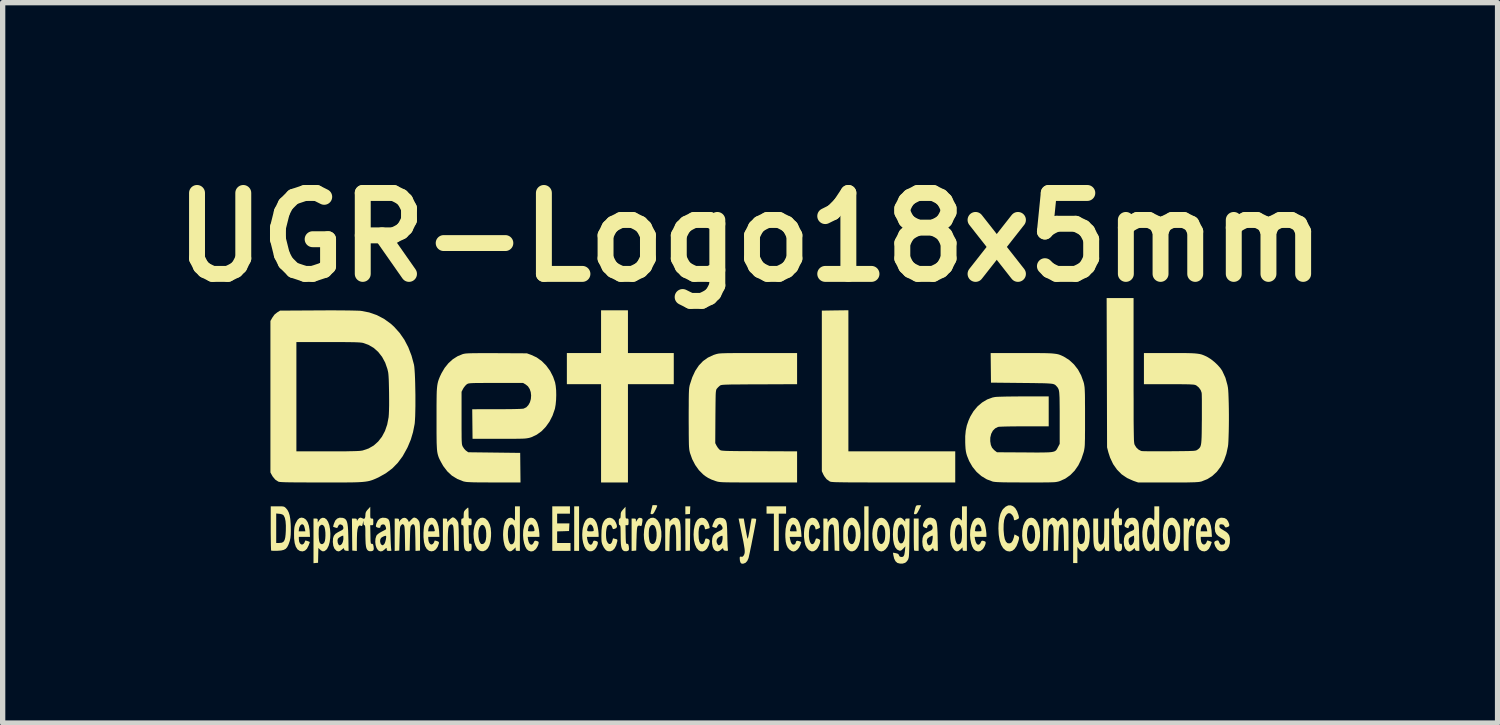
<source format=kicad_pcb>
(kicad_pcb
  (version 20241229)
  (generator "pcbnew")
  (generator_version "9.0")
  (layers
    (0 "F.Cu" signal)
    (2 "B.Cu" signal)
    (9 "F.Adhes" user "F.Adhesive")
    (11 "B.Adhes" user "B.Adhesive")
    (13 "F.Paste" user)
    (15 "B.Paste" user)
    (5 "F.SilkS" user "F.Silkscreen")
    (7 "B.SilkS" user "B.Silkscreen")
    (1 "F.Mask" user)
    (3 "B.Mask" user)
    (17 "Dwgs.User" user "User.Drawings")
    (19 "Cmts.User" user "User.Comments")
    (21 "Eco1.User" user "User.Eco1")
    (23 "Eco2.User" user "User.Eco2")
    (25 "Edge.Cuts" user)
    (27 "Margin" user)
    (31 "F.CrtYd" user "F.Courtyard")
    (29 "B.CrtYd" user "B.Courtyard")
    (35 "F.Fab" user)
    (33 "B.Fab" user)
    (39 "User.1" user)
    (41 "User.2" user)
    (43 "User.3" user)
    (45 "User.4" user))
  (footprint "UGR-Logo18x5mm"
    (layer "F.Cu")
    (at 11.074 5.058)
    (property "Reference" "UGR-Logo18x5mm" (at 0 -3.64 0) (layer "F.SilkS") (effects (font (size 1.524 1.524) (thickness 0.3))))
    (attr board_only exclude_from_pos_files exclude_from_bom)
    (fp_poly (pts (xy -3.22 2.265) (xy -3.312 2.265) (xy -3.312 1.426) (xy -3.22 1.426)) (stroke (width 0) (type solid)) (fill yes) (layer "F.SilkS"))
    (fp_poly (pts (xy 2.231 2.265) (xy 2.15 2.265) (xy 2.15 1.426) (xy 2.231 1.426)) (stroke (width 0) (type solid)) (fill yes) (layer "F.SilkS"))
    (fp_poly (pts (xy -1.13 1.958) (xy -1.133 2.259) (xy -1.219 2.267) (xy -1.219 1.656) (xy -1.126 1.656)) (stroke (width 0) (type solid)) (fill yes) (layer "F.SilkS"))
    (fp_poly (pts (xy -1.129 1.498) (xy -1.133 1.57) (xy -1.219 1.577) (xy -1.219 1.426) (xy -1.126 1.426)) (stroke (width 0) (type solid)) (fill yes) (layer "F.SilkS"))
    (fp_poly (pts (xy 0.678 1.564) (xy 0.54 1.564) (xy 0.54 2.265) (xy 0.448 2.265) (xy 0.448 1.564) (xy 0.31 1.564) (xy 0.31 1.426) (xy 0.678 1.426)) (stroke (width 0) (type solid)) (fill yes) (layer "F.SilkS"))
    (fp_poly (pts (xy -2.3 -1.46) (xy -1.437 -1.46) (xy -1.437 -0.874) (xy -2.3 -0.874) (xy -2.3 0.977) (xy -2.806 0.977) (xy -2.806 -0.874) (xy -3.45 -0.874) (xy -3.45 -1.46) (xy -2.806 -1.46) (xy -2.806 -2.265) (xy -2.3 -2.265)) (stroke (width 0) (type solid)) (fill yes) (layer "F.SilkS"))
    (fp_poly (pts (xy -3.392 1.564) (xy -3.633 1.564) (xy -3.633 1.748) (xy -3.402 1.748) (xy -3.409 1.891) (xy -3.521 1.895) (xy -3.633 1.898) (xy -3.633 2.116) (xy -3.381 2.116) (xy -3.381 2.265) (xy -3.725 2.265) (xy -3.725 1.426) (xy -3.392 1.426)) (stroke (width 0) (type solid)) (fill yes) (layer "F.SilkS"))
    (fp_poly (pts (xy 3.174 2.265) (xy 3.135 2.265) (xy 3.107 2.263) (xy 3.09 2.258) (xy 3.089 2.258) (xy 3.087 2.244) (xy 3.085 2.211) (xy 3.084 2.162) (xy 3.083 2.098) (xy 3.082 2.025) (xy 3.082 1.953) (xy 3.082 1.656) (xy 3.174 1.656)) (stroke (width 0) (type solid)) (fill yes) (layer "F.SilkS"))
    (fp_poly (pts (xy -1.764 1.405) (xy -1.749 1.412) (xy -1.748 1.414) (xy -1.753 1.429) (xy -1.765 1.459) (xy -1.783 1.497) (xy -1.785 1.5) (xy -1.806 1.541) (xy -1.823 1.564) (xy -1.839 1.574) (xy -1.848 1.575) (xy -1.868 1.571) (xy -1.874 1.563) (xy -1.872 1.547) (xy -1.865 1.515) (xy -1.856 1.477) (xy -1.837 1.403) (xy -1.792 1.403)) (stroke (width 0) (type solid)) (fill yes) (layer "F.SilkS"))
    (fp_poly (pts (xy 3.218 1.407) (xy 3.22 1.408) (xy 3.215 1.421) (xy 3.202 1.449) (xy 3.184 1.486) (xy 3.179 1.495) (xy 3.157 1.537) (xy 3.14 1.561) (xy 3.125 1.573) (xy 3.11 1.575) (xy 3.09 1.573) (xy 3.086 1.56) (xy 3.089 1.544) (xy 3.103 1.487) (xy 3.113 1.449) (xy 3.122 1.425) (xy 3.131 1.413) (xy 3.143 1.407) (xy 3.159 1.406) (xy 3.171 1.405) (xy 3.201 1.404)) (stroke (width 0) (type solid)) (fill yes) (layer "F.SilkS"))
    (fp_poly (pts (xy 1.851 0.391) (xy 3.863 0.391) (xy 3.863 0.977) (xy 2.699 0.977) (xy 2.508 0.977) (xy 2.339 0.977) (xy 2.19 0.976) (xy 2.06 0.976) (xy 1.947 0.976) (xy 1.851 0.975) (xy 1.77 0.974) (xy 1.703 0.973) (xy 1.648 0.972) (xy 1.604 0.971) (xy 1.57 0.969) (xy 1.544 0.967) (xy 1.525 0.965) (xy 1.512 0.962) (xy 1.503 0.959) (xy 1.501 0.958) (xy 1.44 0.915) (xy 1.395 0.856) (xy 1.378 0.824) (xy 1.351 0.765) (xy 1.351 -2.259) (xy 1.601 -2.263) (xy 1.851 -2.266)) (stroke (width 0) (type solid)) (fill yes) (layer "F.SilkS"))
    (fp_poly (pts (xy -2.052 1.647) (xy -2.048 1.648) (xy -2.032 1.658) (xy -2.026 1.672) (xy -2.027 1.699) (xy -2.029 1.716) (xy -2.036 1.761) (xy -2.043 1.787) (xy -2.052 1.798) (xy -2.065 1.796) (xy -2.072 1.792) (xy -2.095 1.787) (xy -2.114 1.799) (xy -2.121 1.809) (xy -2.126 1.826) (xy -2.13 1.853) (xy -2.133 1.894) (xy -2.136 1.951) (xy -2.138 2.028) (xy -2.139 2.038) (xy -2.144 2.259) (xy -2.231 2.267) (xy -2.231 1.656) (xy -2.19 1.656) (xy -2.163 1.658) (xy -2.152 1.667) (xy -2.15 1.687) (xy -2.15 1.719) (xy -2.128 1.683) (xy -2.104 1.652) (xy -2.081 1.641)) (stroke (width 0) (type solid)) (fill yes) (layer "F.SilkS"))
    (fp_poly (pts (xy -1.369 1.652) (xy -1.357 1.661) (xy -1.341 1.678) (xy -1.329 1.7) (xy -1.32 1.729) (xy -1.313 1.769) (xy -1.309 1.821) (xy -1.307 1.89) (xy -1.306 1.978) (xy -1.305 2.012) (xy -1.305 2.259) (xy -1.391 2.267) (xy -1.392 2.068) (xy -1.393 1.97) (xy -1.396 1.893) (xy -1.402 1.836) (xy -1.41 1.797) (xy -1.422 1.774) (xy -1.438 1.765) (xy -1.458 1.77) (xy -1.462 1.772) (xy -1.478 1.783) (xy -1.491 1.798) (xy -1.5 1.822) (xy -1.506 1.856) (xy -1.511 1.904) (xy -1.514 1.968) (xy -1.516 2.05) (xy -1.52 2.265) (xy -1.598 2.265) (xy -1.598 1.656) (xy -1.558 1.656) (xy -1.531 1.658) (xy -1.52 1.668) (xy -1.518 1.685) (xy -1.518 1.714) (xy -1.485 1.677) (xy -1.448 1.649) (xy -1.408 1.64)) (stroke (width 0) (type solid)) (fill yes) (layer "F.SilkS"))
    (fp_poly (pts (xy 6.554 1.879) (xy 6.554 1.956) (xy 6.555 2.015) (xy 6.557 2.057) (xy 6.559 2.086) (xy 6.563 2.105) (xy 6.569 2.119) (xy 6.576 2.129) (xy 6.595 2.147) (xy 6.612 2.147) (xy 6.619 2.143) (xy 6.636 2.131) (xy 6.648 2.114) (xy 6.657 2.09) (xy 6.663 2.055) (xy 6.667 2.006) (xy 6.668 1.941) (xy 6.669 1.866) (xy 6.669 1.656) (xy 6.761 1.656) (xy 6.761 2.265) (xy 6.721 2.265) (xy 6.694 2.264) (xy 6.683 2.254) (xy 6.681 2.231) (xy 6.681 2.222) (xy 6.68 2.179) (xy 6.658 2.216) (xy 6.625 2.256) (xy 6.589 2.274) (xy 6.551 2.271) (xy 6.517 2.248) (xy 6.5 2.227) (xy 6.486 2.2) (xy 6.476 2.166) (xy 6.469 2.12) (xy 6.465 2.059) (xy 6.463 1.982) (xy 6.462 1.886) (xy 6.462 1.656) (xy 6.554 1.656)) (stroke (width 0) (type solid)) (fill yes) (layer "F.SilkS"))
    (fp_poly (pts (xy 8.331 1.64) (xy 8.355 1.651) (xy 8.374 1.667) (xy 8.379 1.684) (xy 8.378 1.684) (xy 8.373 1.704) (xy 8.367 1.736) (xy 8.365 1.752) (xy 8.358 1.788) (xy 8.349 1.803) (xy 8.337 1.8) (xy 8.327 1.791) (xy 8.312 1.784) (xy 8.295 1.796) (xy 8.281 1.815) (xy 8.271 1.845) (xy 8.264 1.887) (xy 8.259 1.945) (xy 8.257 2.021) (xy 8.256 2.084) (xy 8.256 2.265) (xy 8.218 2.265) (xy 8.189 2.263) (xy 8.172 2.258) (xy 8.172 2.258) (xy 8.169 2.244) (xy 8.168 2.211) (xy 8.166 2.162) (xy 8.165 2.098) (xy 8.164 2.025) (xy 8.164 1.953) (xy 8.164 1.656) (xy 8.203 1.656) (xy 8.231 1.658) (xy 8.243 1.669) (xy 8.247 1.687) (xy 8.25 1.719) (xy 8.27 1.683) (xy 8.288 1.657) (xy 8.307 1.64) (xy 8.309 1.64)) (stroke (width 0) (type solid)) (fill yes) (layer "F.SilkS"))
    (fp_poly (pts (xy -5.57 1.642) (xy -5.54 1.666) (xy -5.514 1.699) (xy -5.497 1.733) (xy -5.497 1.734) (xy -5.493 1.758) (xy -5.49 1.801) (xy -5.487 1.859) (xy -5.486 1.927) (xy -5.485 2.002) (xy -5.485 2.022) (xy -5.485 2.267) (xy -5.571 2.259) (xy -5.577 2.027) (xy -5.579 1.946) (xy -5.581 1.885) (xy -5.584 1.84) (xy -5.588 1.81) (xy -5.593 1.79) (xy -5.599 1.778) (xy -5.601 1.776) (xy -5.622 1.763) (xy -5.643 1.769) (xy -5.659 1.782) (xy -5.672 1.802) (xy -5.681 1.832) (xy -5.686 1.876) (xy -5.69 1.935) (xy -5.692 2.013) (xy -5.692 2.06) (xy -5.692 2.265) (xy -5.784 2.265) (xy -5.784 1.656) (xy -5.743 1.656) (xy -5.716 1.658) (xy -5.705 1.667) (xy -5.703 1.689) (xy -5.703 1.722) (xy -5.659 1.677) (xy -5.631 1.652) (xy -5.607 1.636) (xy -5.596 1.633)) (stroke (width 0) (type solid)) (fill yes) (layer "F.SilkS"))
    (fp_poly (pts (xy 1.594 1.643) (xy 1.604 1.649) (xy 1.625 1.663) (xy 1.641 1.679) (xy 1.653 1.697) (xy 1.662 1.723) (xy 1.668 1.758) (xy 1.672 1.805) (xy 1.674 1.868) (xy 1.676 1.95) (xy 1.677 1.998) (xy 1.68 2.267) (xy 1.593 2.259) (xy 1.587 2.027) (xy 1.585 1.946) (xy 1.582 1.885) (xy 1.579 1.84) (xy 1.575 1.81) (xy 1.571 1.79) (xy 1.565 1.778) (xy 1.562 1.776) (xy 1.542 1.763) (xy 1.52 1.769) (xy 1.504 1.782) (xy 1.492 1.802) (xy 1.483 1.832) (xy 1.477 1.876) (xy 1.473 1.935) (xy 1.472 2.013) (xy 1.472 2.06) (xy 1.472 2.265) (xy 1.38 2.265) (xy 1.38 1.656) (xy 1.42 1.656) (xy 1.447 1.658) (xy 1.458 1.667) (xy 1.46 1.692) (xy 1.46 1.693) (xy 1.46 1.73) (xy 1.486 1.693) (xy 1.521 1.656) (xy 1.558 1.639)) (stroke (width 0) (type solid)) (fill yes) (layer "F.SilkS"))
    (fp_poly (pts (xy -1.78 1.656) (xy -1.742 1.691) (xy -1.71 1.743) (xy -1.687 1.81) (xy -1.673 1.89) (xy -1.671 1.905) (xy -1.67 1.995) (xy -1.68 2.075) (xy -1.699 2.145) (xy -1.727 2.202) (xy -1.762 2.244) (xy -1.803 2.269) (xy -1.848 2.274) (xy -1.881 2.266) (xy -1.923 2.236) (xy -1.957 2.188) (xy -1.982 2.122) (xy -1.997 2.04) (xy -2.001 1.96) (xy -1.999 1.932) (xy -1.908 1.932) (xy -1.907 1.988) (xy -1.901 2.042) (xy -1.892 2.085) (xy -1.883 2.108) (xy -1.856 2.133) (xy -1.827 2.137) (xy -1.801 2.121) (xy -1.779 2.086) (xy -1.766 2.036) (xy -1.76 1.978) (xy -1.761 1.917) (xy -1.77 1.86) (xy -1.787 1.813) (xy -1.805 1.788) (xy -1.834 1.774) (xy -1.861 1.782) (xy -1.885 1.808) (xy -1.898 1.837) (xy -1.905 1.879) (xy -1.908 1.932) (xy -1.999 1.932) (xy -1.995 1.864) (xy -1.978 1.782) (xy -1.952 1.718) (xy -1.915 1.671) (xy -1.87 1.645) (xy -1.823 1.64)) (stroke (width 0) (type solid)) (fill yes) (layer "F.SilkS"))
    (fp_poly (pts (xy 5.336 1.649) (xy 5.376 1.679) (xy 5.411 1.729) (xy 5.439 1.798) (xy 5.449 1.837) (xy 5.46 1.918) (xy 5.46 1.997) (xy 5.449 2.071) (xy 5.43 2.137) (xy 5.403 2.193) (xy 5.37 2.237) (xy 5.332 2.265) (xy 5.289 2.275) (xy 5.255 2.269) (xy 5.212 2.241) (xy 5.177 2.195) (xy 5.15 2.134) (xy 5.131 2.061) (xy 5.123 1.98) (xy 5.124 1.956) (xy 5.214 1.956) (xy 5.216 2.007) (xy 5.228 2.065) (xy 5.246 2.107) (xy 5.27 2.13) (xy 5.297 2.135) (xy 5.325 2.118) (xy 5.337 2.104) (xy 5.354 2.067) (xy 5.364 2.016) (xy 5.367 1.958) (xy 5.363 1.899) (xy 5.353 1.846) (xy 5.337 1.804) (xy 5.324 1.788) (xy 5.295 1.775) (xy 5.265 1.782) (xy 5.243 1.806) (xy 5.229 1.845) (xy 5.219 1.898) (xy 5.214 1.956) (xy 5.124 1.956) (xy 5.126 1.894) (xy 5.129 1.87) (xy 5.147 1.787) (xy 5.175 1.722) (xy 5.211 1.675) (xy 5.251 1.648) (xy 5.293 1.639)) (stroke (width 0) (type solid)) (fill yes) (layer "F.SilkS"))
    (fp_poly (pts (xy -4.986 1.655) (xy -4.945 1.693) (xy -4.932 1.71) (xy -4.902 1.77) (xy -4.884 1.839) (xy -4.877 1.921) (xy -4.878 1.99) (xy -4.888 2.083) (xy -4.909 2.159) (xy -4.939 2.216) (xy -4.979 2.254) (xy -5.026 2.272) (xy -5.07 2.269) (xy -5.103 2.254) (xy -5.14 2.218) (xy -5.17 2.165) (xy -5.192 2.099) (xy -5.204 2.024) (xy -5.208 1.945) (xy -5.208 1.939) (xy -5.117 1.939) (xy -5.114 2.001) (xy -5.105 2.057) (xy -5.094 2.091) (xy -5.078 2.121) (xy -5.064 2.135) (xy -5.044 2.137) (xy -5.039 2.137) (xy -5.012 2.126) (xy -4.99 2.097) (xy -4.987 2.093) (xy -4.975 2.052) (xy -4.968 1.997) (xy -4.968 1.936) (xy -4.973 1.878) (xy -4.985 1.831) (xy -4.986 1.829) (xy -5.008 1.791) (xy -5.034 1.775) (xy -5.061 1.78) (xy -5.087 1.808) (xy -5.101 1.837) (xy -5.113 1.881) (xy -5.117 1.939) (xy -5.208 1.939) (xy -5.203 1.866) (xy -5.188 1.792) (xy -5.162 1.727) (xy -5.157 1.718) (xy -5.119 1.671) (xy -5.076 1.644) (xy -5.03 1.639)) (stroke (width 0) (type solid)) (fill yes) (layer "F.SilkS"))
    (fp_poly (pts (xy 2.524 1.656) (xy 2.563 1.689) (xy 2.597 1.738) (xy 2.621 1.803) (xy 2.622 1.805) (xy 2.632 1.863) (xy 2.635 1.933) (xy 2.633 2.007) (xy 2.626 2.077) (xy 2.616 2.122) (xy 2.589 2.186) (xy 2.553 2.233) (xy 2.512 2.265) (xy 2.472 2.276) (xy 2.43 2.266) (xy 2.407 2.253) (xy 2.367 2.215) (xy 2.337 2.16) (xy 2.316 2.093) (xy 2.304 2.018) (xy 2.303 1.976) (xy 2.392 1.976) (xy 2.398 2.028) (xy 2.41 2.073) (xy 2.428 2.108) (xy 2.449 2.13) (xy 2.473 2.137) (xy 2.498 2.125) (xy 2.522 2.094) (xy 2.536 2.057) (xy 2.543 2.004) (xy 2.545 1.945) (xy 2.542 1.888) (xy 2.532 1.839) (xy 2.527 1.826) (xy 2.504 1.79) (xy 2.477 1.775) (xy 2.45 1.78) (xy 2.425 1.805) (xy 2.406 1.85) (xy 2.404 1.857) (xy 2.394 1.918) (xy 2.392 1.976) (xy 2.303 1.976) (xy 2.302 1.939) (xy 2.309 1.861) (xy 2.325 1.789) (xy 2.352 1.726) (xy 2.388 1.677) (xy 2.393 1.672) (xy 2.436 1.646) (xy 2.481 1.641)) (stroke (width 0) (type solid)) (fill yes) (layer "F.SilkS"))
    (fp_poly (pts (xy 7.993 1.655) (xy 8.032 1.693) (xy 8.068 1.753) (xy 8.074 1.765) (xy 8.086 1.794) (xy 8.093 1.823) (xy 8.098 1.858) (xy 8.099 1.905) (xy 8.099 1.955) (xy 8.097 2.037) (xy 8.089 2.101) (xy 8.074 2.152) (xy 8.052 2.195) (xy 8.037 2.217) (xy 7.995 2.257) (xy 7.95 2.274) (xy 7.902 2.269) (xy 7.893 2.266) (xy 7.851 2.236) (xy 7.817 2.188) (xy 7.792 2.122) (xy 7.777 2.04) (xy 7.773 1.96) (xy 7.775 1.932) (xy 7.865 1.932) (xy 7.867 1.988) (xy 7.872 2.042) (xy 7.882 2.085) (xy 7.891 2.108) (xy 7.917 2.133) (xy 7.947 2.137) (xy 7.973 2.121) (xy 7.994 2.086) (xy 8.008 2.036) (xy 8.014 1.978) (xy 8.013 1.917) (xy 8.003 1.86) (xy 7.987 1.813) (xy 7.968 1.788) (xy 7.94 1.774) (xy 7.912 1.782) (xy 7.888 1.808) (xy 7.876 1.837) (xy 7.868 1.879) (xy 7.865 1.932) (xy 7.775 1.932) (xy 7.779 1.864) (xy 7.795 1.782) (xy 7.822 1.718) (xy 7.859 1.671) (xy 7.903 1.645) (xy 7.95 1.639)) (stroke (width 0) (type solid)) (fill yes) (layer "F.SilkS"))
    (fp_poly (pts (xy 0.857 1.65) (xy 0.896 1.682) (xy 0.926 1.735) (xy 0.948 1.806) (xy 0.961 1.897) (xy 0.962 1.905) (xy 0.969 2.001) (xy 0.745 2.001) (xy 0.753 2.044) (xy 0.767 2.097) (xy 0.786 2.133) (xy 0.808 2.148) (xy 0.837 2.144) (xy 0.857 2.123) (xy 0.862 2.102) (xy 0.871 2.08) (xy 0.894 2.074) (xy 0.929 2.083) (xy 0.964 2.098) (xy 0.946 2.153) (xy 0.922 2.202) (xy 0.889 2.242) (xy 0.85 2.269) (xy 0.816 2.277) (xy 0.78 2.267) (xy 0.742 2.241) (xy 0.709 2.203) (xy 0.686 2.154) (xy 0.671 2.091) (xy 0.664 2.01) (xy 0.663 1.949) (xy 0.667 1.884) (xy 0.751 1.884) (xy 0.755 1.893) (xy 0.772 1.897) (xy 0.807 1.897) (xy 0.877 1.897) (xy 0.871 1.85) (xy 0.86 1.809) (xy 0.841 1.779) (xy 0.818 1.765) (xy 0.802 1.765) (xy 0.783 1.784) (xy 0.765 1.824) (xy 0.754 1.866) (xy 0.751 1.884) (xy 0.667 1.884) (xy 0.669 1.852) (xy 0.684 1.772) (xy 0.709 1.709) (xy 0.742 1.666) (xy 0.783 1.643) (xy 0.811 1.64)) (stroke (width 0) (type solid)) (fill yes) (layer "F.SilkS"))
    (fp_poly (pts (xy 6.293 1.647) (xy 6.326 1.673) (xy 6.354 1.715) (xy 6.376 1.774) (xy 6.391 1.846) (xy 6.392 1.863) (xy 6.396 1.934) (xy 6.395 2.009) (xy 6.388 2.08) (xy 6.377 2.141) (xy 6.366 2.177) (xy 6.341 2.222) (xy 6.309 2.256) (xy 6.276 2.275) (xy 6.262 2.277) (xy 6.231 2.265) (xy 6.198 2.234) (xy 6.163 2.191) (xy 6.163 2.495) (xy 6.083 2.495) (xy 6.083 1.975) (xy 6.171 1.975) (xy 6.176 2.035) (xy 6.185 2.084) (xy 6.19 2.096) (xy 6.204 2.125) (xy 6.219 2.136) (xy 6.24 2.137) (xy 6.271 2.123) (xy 6.289 2.098) (xy 6.299 2.064) (xy 6.305 2.014) (xy 6.306 1.956) (xy 6.304 1.898) (xy 6.297 1.847) (xy 6.287 1.811) (xy 6.286 1.808) (xy 6.262 1.778) (xy 6.235 1.769) (xy 6.209 1.782) (xy 6.189 1.814) (xy 6.178 1.856) (xy 6.172 1.913) (xy 6.171 1.975) (xy 6.083 1.975) (xy 6.083 1.656) (xy 6.123 1.656) (xy 6.15 1.658) (xy 6.161 1.668) (xy 6.164 1.687) (xy 6.164 1.719) (xy 6.188 1.686) (xy 6.223 1.652) (xy 6.258 1.64)) (stroke (width 0) (type solid)) (fill yes) (layer "F.SilkS"))
    (fp_poly (pts (xy -2.594 1.654) (xy -2.555 1.686) (xy -2.529 1.729) (xy -2.51 1.778) (xy -2.507 1.812) (xy -2.52 1.835) (xy -2.546 1.848) (xy -2.573 1.855) (xy -2.585 1.85) (xy -2.592 1.832) (xy -2.593 1.83) (xy -2.609 1.791) (xy -2.633 1.772) (xy -2.66 1.775) (xy -2.685 1.794) (xy -2.697 1.82) (xy -2.706 1.861) (xy -2.712 1.913) (xy -2.713 1.968) (xy -2.71 2.021) (xy -2.703 2.064) (xy -2.7 2.074) (xy -2.679 2.116) (xy -2.655 2.136) (xy -2.63 2.135) (xy -2.608 2.113) (xy -2.593 2.074) (xy -2.581 2.028) (xy -2.538 2.039) (xy -2.51 2.047) (xy -2.499 2.058) (xy -2.5 2.08) (xy -2.502 2.091) (xy -2.522 2.163) (xy -2.551 2.218) (xy -2.587 2.255) (xy -2.629 2.273) (xy -2.676 2.271) (xy -2.704 2.259) (xy -2.727 2.238) (xy -2.753 2.203) (xy -2.767 2.176) (xy -2.781 2.147) (xy -2.79 2.121) (xy -2.796 2.093) (xy -2.799 2.056) (xy -2.8 2.006) (xy -2.8 1.966) (xy -2.797 1.876) (xy -2.789 1.805) (xy -2.774 1.749) (xy -2.752 1.705) (xy -2.725 1.673) (xy -2.683 1.646) (xy -2.638 1.64)) (stroke (width 0) (type solid)) (fill yes) (layer "F.SilkS"))
    (fp_poly (pts (xy -0.087 1.843) (xy -0.075 1.906) (xy -0.065 1.961) (xy -0.056 2.004) (xy -0.049 2.031) (xy -0.047 2.038) (xy -0.042 2.03) (xy -0.035 2.003) (xy -0.026 1.96) (xy -0.015 1.905) (xy -0.006 1.851) (xy 0.028 1.656) (xy 0.071 1.656) (xy 0.103 1.659) (xy 0.115 1.67) (xy 0.115 1.673) (xy 0.113 1.69) (xy 0.107 1.726) (xy 0.097 1.778) (xy 0.085 1.842) (xy 0.071 1.915) (xy 0.055 1.994) (xy 0.039 2.074) (xy 0.024 2.152) (xy 0.008 2.226) (xy -0.005 2.292) (xy -0.017 2.345) (xy -0.025 2.383) (xy -0.029 2.4) (xy -0.053 2.454) (xy -0.086 2.49) (xy -0.128 2.506) (xy -0.14 2.507) (xy -0.168 2.501) (xy -0.184 2.478) (xy -0.184 2.477) (xy -0.192 2.444) (xy -0.195 2.408) (xy -0.194 2.382) (xy -0.186 2.373) (xy -0.168 2.375) (xy -0.142 2.375) (xy -0.123 2.356) (xy -0.123 2.355) (xy -0.112 2.336) (xy -0.105 2.316) (xy -0.101 2.291) (xy -0.101 2.259) (xy -0.105 2.218) (xy -0.114 2.163) (xy -0.126 2.094) (xy -0.144 2.006) (xy -0.154 1.958) (xy -0.216 1.656) (xy -0.119 1.656)) (stroke (width 0) (type solid)) (fill yes) (layer "F.SilkS"))
    (fp_poly (pts (xy 1.225 1.652) (xy 1.262 1.683) (xy 1.292 1.735) (xy 1.309 1.786) (xy 1.316 1.815) (xy 1.312 1.83) (xy 1.294 1.841) (xy 1.282 1.846) (xy 1.251 1.859) (xy 1.236 1.861) (xy 1.231 1.854) (xy 1.23 1.842) (xy 1.222 1.813) (xy 1.203 1.786) (xy 1.179 1.772) (xy 1.172 1.771) (xy 1.146 1.782) (xy 1.126 1.814) (xy 1.113 1.869) (xy 1.108 1.917) (xy 1.107 1.989) (xy 1.114 2.048) (xy 1.127 2.094) (xy 1.144 2.125) (xy 1.164 2.139) (xy 1.186 2.136) (xy 1.207 2.114) (xy 1.227 2.071) (xy 1.237 2.039) (xy 1.249 2.031) (xy 1.271 2.034) (xy 1.296 2.044) (xy 1.316 2.058) (xy 1.322 2.07) (xy 1.315 2.115) (xy 1.296 2.165) (xy 1.271 2.212) (xy 1.245 2.243) (xy 1.203 2.27) (xy 1.161 2.275) (xy 1.119 2.257) (xy 1.099 2.242) (xy 1.068 2.204) (xy 1.044 2.159) (xy 1.042 2.154) (xy 1.026 2.088) (xy 1.016 2.009) (xy 1.015 1.927) (xy 1.021 1.852) (xy 1.022 1.846) (xy 1.043 1.763) (xy 1.072 1.702) (xy 1.109 1.662) (xy 1.156 1.643) (xy 1.181 1.641)) (stroke (width 0) (type solid)) (fill yes) (layer "F.SilkS"))
    (fp_poly (pts (xy -0.868 1.648) (xy -0.828 1.674) (xy -0.795 1.718) (xy -0.776 1.764) (xy -0.765 1.803) (xy -0.761 1.825) (xy -0.764 1.836) (xy -0.777 1.842) (xy -0.787 1.844) (xy -0.816 1.853) (xy -0.833 1.858) (xy -0.848 1.857) (xy -0.851 1.847) (xy -0.855 1.824) (xy -0.864 1.799) (xy -0.881 1.777) (xy -0.906 1.773) (xy -0.908 1.773) (xy -0.934 1.783) (xy -0.953 1.808) (xy -0.964 1.85) (xy -0.97 1.911) (xy -0.97 1.955) (xy -0.967 2.031) (xy -0.956 2.087) (xy -0.939 2.122) (xy -0.914 2.138) (xy -0.904 2.139) (xy -0.885 2.134) (xy -0.869 2.117) (xy -0.855 2.083) (xy -0.846 2.051) (xy -0.839 2.035) (xy -0.825 2.032) (xy -0.799 2.038) (xy -0.774 2.05) (xy -0.761 2.067) (xy -0.76 2.094) (xy -0.771 2.134) (xy -0.783 2.168) (xy -0.811 2.221) (xy -0.848 2.257) (xy -0.889 2.275) (xy -0.933 2.273) (xy -0.97 2.253) (xy -1.009 2.208) (xy -1.038 2.144) (xy -1.057 2.061) (xy -1.059 2.046) (xy -1.064 1.959) (xy -1.059 1.871) (xy -1.044 1.79) (xy -1.024 1.73) (xy -0.993 1.681) (xy -0.954 1.651) (xy -0.911 1.64)) (stroke (width 0) (type solid)) (fill yes) (layer "F.SilkS"))
    (fp_poly (pts (xy 7.704 2.265) (xy 7.664 2.265) (xy 7.637 2.263) (xy 7.626 2.254) (xy 7.623 2.23) (xy 7.623 2.195) (xy 7.585 2.236) (xy 7.549 2.266) (xy 7.516 2.275) (xy 7.484 2.262) (xy 7.463 2.244) (xy 7.433 2.201) (xy 7.411 2.142) (xy 7.395 2.07) (xy 7.387 1.991) (xy 7.387 1.977) (xy 7.476 1.977) (xy 7.483 2.032) (xy 7.497 2.086) (xy 7.516 2.123) (xy 7.539 2.143) (xy 7.562 2.143) (xy 7.584 2.123) (xy 7.599 2.091) (xy 7.605 2.063) (xy 7.61 2.019) (xy 7.612 1.969) (xy 7.612 1.955) (xy 7.609 1.878) (xy 7.599 1.823) (xy 7.583 1.786) (xy 7.566 1.771) (xy 7.54 1.767) (xy 7.517 1.783) (xy 7.498 1.816) (xy 7.485 1.861) (xy 7.477 1.916) (xy 7.476 1.977) (xy 7.387 1.977) (xy 7.386 1.91) (xy 7.394 1.832) (xy 7.409 1.761) (xy 7.428 1.713) (xy 7.459 1.67) (xy 7.495 1.646) (xy 7.533 1.641) (xy 7.57 1.656) (xy 7.594 1.681) (xy 7.601 1.69) (xy 7.606 1.691) (xy 7.61 1.68) (xy 7.611 1.654) (xy 7.612 1.61) (xy 7.612 1.566) (xy 7.612 1.426) (xy 7.704 1.426)) (stroke (width 0) (type solid)) (fill yes) (layer "F.SilkS"))
    (fp_poly (pts (xy -8.012 1.646) (xy -7.976 1.672) (xy -7.947 1.716) (xy -7.923 1.782) (xy -7.909 1.859) (xy -7.903 1.941) (xy -7.906 2.023) (xy -7.917 2.101) (xy -7.936 2.169) (xy -7.963 2.223) (xy -7.98 2.244) (xy -8.015 2.27) (xy -8.048 2.274) (xy -8.083 2.255) (xy -8.095 2.243) (xy -8.129 2.21) (xy -8.132 2.35) (xy -8.135 2.489) (xy -8.178 2.493) (xy -8.221 2.497) (xy -8.221 1.948) (xy -8.124 1.948) (xy -8.121 2.023) (xy -8.114 2.078) (xy -8.101 2.115) (xy -8.082 2.134) (xy -8.06 2.139) (xy -8.039 2.13) (xy -8.018 2.108) (xy -8.018 2.108) (xy -8.006 2.077) (xy -7.999 2.03) (xy -7.996 1.975) (xy -7.997 1.917) (xy -8.003 1.863) (xy -8.012 1.822) (xy -8.018 1.808) (xy -8.041 1.779) (xy -8.067 1.772) (xy -8.096 1.789) (xy -8.102 1.795) (xy -8.112 1.809) (xy -8.118 1.828) (xy -8.122 1.856) (xy -8.123 1.899) (xy -8.124 1.948) (xy -8.221 1.948) (xy -8.221 1.656) (xy -8.181 1.656) (xy -8.154 1.658) (xy -8.143 1.668) (xy -8.141 1.692) (xy -8.141 1.693) (xy -8.141 1.731) (xy -8.118 1.693) (xy -8.086 1.656) (xy -8.049 1.641)) (stroke (width 0) (type solid)) (fill yes) (layer "F.SilkS"))
    (fp_poly (pts (xy -8.845 1.426) (xy -8.808 1.427) (xy -8.783 1.431) (xy -8.766 1.438) (xy -8.751 1.45) (xy -8.74 1.46) (xy -8.71 1.497) (xy -8.687 1.542) (xy -8.67 1.596) (xy -8.658 1.665) (xy -8.651 1.752) (xy -8.649 1.801) (xy -8.648 1.891) (xy -8.65 1.963) (xy -8.656 2.023) (xy -8.667 2.075) (xy -8.684 2.125) (xy -8.694 2.151) (xy -8.717 2.196) (xy -8.745 2.227) (xy -8.781 2.246) (xy -8.83 2.258) (xy -8.898 2.263) (xy -8.899 2.263) (xy -8.948 2.264) (xy -8.987 2.263) (xy -9.012 2.261) (xy -9.018 2.259) (xy -9.02 2.246) (xy -9.021 2.212) (xy -9.023 2.161) (xy -9.024 2.095) (xy -9.025 2.016) (xy -9.026 1.927) (xy -9.026 1.838) (xy -9.026 1.561) (xy -8.923 1.561) (xy -8.923 2.116) (xy -8.866 2.116) (xy -8.818 2.111) (xy -8.79 2.097) (xy -8.773 2.075) (xy -8.761 2.047) (xy -8.752 2.008) (xy -8.746 1.955) (xy -8.742 1.886) (xy -8.741 1.788) (xy -8.747 1.707) (xy -8.76 1.644) (xy -8.781 1.601) (xy -8.783 1.597) (xy -8.808 1.579) (xy -8.847 1.568) (xy -8.863 1.567) (xy -8.923 1.561) (xy -9.026 1.561) (xy -9.026 1.426) (xy -8.901 1.426)) (stroke (width 0) (type solid)) (fill yes) (layer "F.SilkS"))
    (fp_poly (pts (xy -4.335 2.265) (xy -4.375 2.265) (xy -4.402 2.263) (xy -4.413 2.254) (xy -4.415 2.232) (xy -4.415 2.198) (xy -4.454 2.238) (xy -4.492 2.267) (xy -4.524 2.275) (xy -4.556 2.261) (xy -4.572 2.248) (xy -4.601 2.21) (xy -4.623 2.161) (xy -4.638 2.097) (xy -4.646 2.046) (xy -4.651 1.967) (xy -4.651 1.954) (xy -4.561 1.954) (xy -4.558 2.011) (xy -4.549 2.064) (xy -4.535 2.107) (xy -4.516 2.135) (xy -4.505 2.142) (xy -4.478 2.14) (xy -4.454 2.12) (xy -4.44 2.091) (xy -4.434 2.063) (xy -4.429 2.019) (xy -4.427 1.969) (xy -4.427 1.955) (xy -4.43 1.878) (xy -4.44 1.821) (xy -4.457 1.784) (xy -4.479 1.767) (xy -4.507 1.771) (xy -4.516 1.777) (xy -4.537 1.803) (xy -4.551 1.844) (xy -4.559 1.896) (xy -4.561 1.954) (xy -4.651 1.954) (xy -4.648 1.885) (xy -4.637 1.807) (xy -4.62 1.742) (xy -4.61 1.717) (xy -4.58 1.672) (xy -4.544 1.647) (xy -4.507 1.64) (xy -4.471 1.654) (xy -4.445 1.681) (xy -4.438 1.69) (xy -4.432 1.691) (xy -4.429 1.68) (xy -4.428 1.654) (xy -4.427 1.61) (xy -4.427 1.566) (xy -4.427 1.426) (xy -4.335 1.426)) (stroke (width 0) (type solid)) (fill yes) (layer "F.SilkS"))
    (fp_poly (pts (xy 4.082 2.265) (xy 4.042 2.265) (xy 4.015 2.263) (xy 4.004 2.254) (xy 4.001 2.232) (xy 4.001 2.198) (xy 3.962 2.238) (xy 3.925 2.267) (xy 3.892 2.275) (xy 3.861 2.261) (xy 3.845 2.248) (xy 3.816 2.21) (xy 3.794 2.161) (xy 3.778 2.097) (xy 3.771 2.046) (xy 3.766 1.967) (xy 3.766 1.961) (xy 3.856 1.961) (xy 3.86 2.019) (xy 3.869 2.071) (xy 3.884 2.112) (xy 3.904 2.138) (xy 3.912 2.142) (xy 3.939 2.14) (xy 3.963 2.12) (xy 3.977 2.091) (xy 3.983 2.063) (xy 3.988 2.019) (xy 3.99 1.969) (xy 3.99 1.955) (xy 3.987 1.88) (xy 3.977 1.823) (xy 3.961 1.785) (xy 3.94 1.767) (xy 3.914 1.77) (xy 3.899 1.78) (xy 3.879 1.808) (xy 3.865 1.851) (xy 3.858 1.904) (xy 3.856 1.961) (xy 3.766 1.961) (xy 3.769 1.885) (xy 3.779 1.807) (xy 3.797 1.742) (xy 3.807 1.717) (xy 3.837 1.672) (xy 3.872 1.647) (xy 3.91 1.64) (xy 3.946 1.654) (xy 3.972 1.681) (xy 3.979 1.69) (xy 3.984 1.691) (xy 3.988 1.68) (xy 3.989 1.654) (xy 3.99 1.61) (xy 3.99 1.566) (xy 3.99 1.426) (xy 4.082 1.426)) (stroke (width 0) (type solid)) (fill yes) (layer "F.SilkS"))
    (fp_poly (pts (xy -8.403 1.648) (xy -8.362 1.677) (xy -8.33 1.726) (xy -8.307 1.794) (xy -8.294 1.878) (xy -8.293 1.897) (xy -8.287 2.001) (xy -8.497 2.001) (xy -8.497 2.04) (xy -8.492 2.087) (xy -8.477 2.122) (xy -8.455 2.142) (xy -8.431 2.146) (xy -8.406 2.131) (xy -8.403 2.127) (xy -8.388 2.103) (xy -8.382 2.086) (xy -8.377 2.071) (xy -8.373 2.07) (xy -8.356 2.073) (xy -8.33 2.081) (xy -8.306 2.09) (xy -8.291 2.098) (xy -8.29 2.099) (xy -8.294 2.111) (xy -8.304 2.139) (xy -8.315 2.168) (xy -8.344 2.224) (xy -8.381 2.26) (xy -8.425 2.275) (xy -8.474 2.268) (xy -8.481 2.265) (xy -8.522 2.237) (xy -8.554 2.187) (xy -8.575 2.119) (xy -8.586 2.031) (xy -8.587 1.933) (xy -8.586 1.897) (xy -8.5 1.897) (xy -8.374 1.897) (xy -8.382 1.854) (xy -8.393 1.809) (xy -8.405 1.782) (xy -8.421 1.767) (xy -8.426 1.765) (xy -8.449 1.767) (xy -8.471 1.788) (xy -8.488 1.821) (xy -8.494 1.85) (xy -8.5 1.897) (xy -8.586 1.897) (xy -8.585 1.871) (xy -8.581 1.826) (xy -8.574 1.791) (xy -8.564 1.76) (xy -8.552 1.734) (xy -8.521 1.68) (xy -8.485 1.648) (xy -8.445 1.638)) (stroke (width 0) (type solid)) (fill yes) (layer "F.SilkS"))
    (fp_poly (pts (xy 1.952 1.646) (xy 1.996 1.678) (xy 2 1.682) (xy 2.034 1.73) (xy 2.059 1.792) (xy 2.074 1.863) (xy 2.08 1.939) (xy 2.077 2.017) (xy 2.065 2.091) (xy 2.045 2.157) (xy 2.016 2.212) (xy 1.98 2.251) (xy 1.966 2.26) (xy 1.926 2.274) (xy 1.891 2.272) (xy 1.851 2.252) (xy 1.85 2.251) (xy 1.821 2.224) (xy 1.793 2.186) (xy 1.782 2.167) (xy 1.77 2.142) (xy 1.762 2.117) (xy 1.757 2.089) (xy 1.755 2.051) (xy 1.754 1.998) (xy 1.754 1.972) (xy 1.84 1.972) (xy 1.842 1.999) (xy 1.85 2.065) (xy 1.868 2.11) (xy 1.894 2.134) (xy 1.915 2.139) (xy 1.935 2.134) (xy 1.951 2.118) (xy 1.968 2.086) (xy 1.982 2.038) (xy 1.989 1.98) (xy 1.988 1.92) (xy 1.981 1.864) (xy 1.966 1.821) (xy 1.959 1.809) (xy 1.932 1.781) (xy 1.907 1.774) (xy 1.881 1.79) (xy 1.876 1.795) (xy 1.854 1.833) (xy 1.843 1.893) (xy 1.84 1.972) (xy 1.754 1.972) (xy 1.754 1.96) (xy 1.754 1.898) (xy 1.755 1.854) (xy 1.759 1.821) (xy 1.765 1.795) (xy 1.775 1.769) (xy 1.788 1.742) (xy 1.824 1.686) (xy 1.864 1.651) (xy 1.907 1.638)) (stroke (width 0) (type solid)) (fill yes) (layer "F.SilkS"))
    (fp_poly (pts (xy 8.58 1.648) (xy 8.621 1.677) (xy 8.653 1.726) (xy 8.676 1.794) (xy 8.689 1.878) (xy 8.69 1.897) (xy 8.696 2.001) (xy 8.486 2.001) (xy 8.486 2.04) (xy 8.492 2.087) (xy 8.506 2.122) (xy 8.528 2.142) (xy 8.552 2.146) (xy 8.577 2.131) (xy 8.58 2.127) (xy 8.595 2.103) (xy 8.601 2.086) (xy 8.606 2.071) (xy 8.611 2.07) (xy 8.628 2.073) (xy 8.653 2.081) (xy 8.677 2.09) (xy 8.692 2.098) (xy 8.693 2.099) (xy 8.689 2.111) (xy 8.679 2.139) (xy 8.669 2.168) (xy 8.64 2.224) (xy 8.602 2.26) (xy 8.558 2.275) (xy 8.509 2.268) (xy 8.502 2.265) (xy 8.461 2.237) (xy 8.429 2.187) (xy 8.408 2.119) (xy 8.397 2.031) (xy 8.396 1.933) (xy 8.397 1.897) (xy 8.483 1.897) (xy 8.609 1.897) (xy 8.601 1.854) (xy 8.59 1.809) (xy 8.578 1.782) (xy 8.562 1.767) (xy 8.558 1.765) (xy 8.534 1.767) (xy 8.512 1.788) (xy 8.496 1.821) (xy 8.489 1.85) (xy 8.483 1.897) (xy 8.397 1.897) (xy 8.398 1.871) (xy 8.403 1.826) (xy 8.409 1.791) (xy 8.419 1.76) (xy 8.431 1.734) (xy 8.463 1.68) (xy 8.498 1.648) (xy 8.538 1.638)) (stroke (width 0) (type solid)) (fill yes) (layer "F.SilkS"))
    (fp_poly (pts (xy -2.964 1.649) (xy -2.928 1.678) (xy -2.896 1.727) (xy -2.882 1.765) (xy -2.869 1.818) (xy -2.859 1.877) (xy -2.853 1.935) (xy -2.852 1.963) (xy -2.852 2.001) (xy -3.073 2.001) (xy -3.065 2.05) (xy -3.053 2.097) (xy -3.034 2.131) (xy -3.012 2.148) (xy -2.99 2.148) (xy -2.971 2.129) (xy -2.961 2.106) (xy -2.951 2.081) (xy -2.938 2.072) (xy -2.915 2.075) (xy -2.882 2.085) (xy -2.867 2.101) (xy -2.868 2.129) (xy -2.874 2.152) (xy -2.899 2.207) (xy -2.934 2.247) (xy -2.976 2.27) (xy -3.022 2.273) (xy -3.059 2.26) (xy -3.094 2.229) (xy -3.122 2.179) (xy -3.143 2.115) (xy -3.157 2.04) (xy -3.161 1.959) (xy -3.156 1.874) (xy -3.154 1.864) (xy -3.068 1.864) (xy -3.067 1.885) (xy -3.052 1.895) (xy -3.021 1.897) (xy -3.007 1.897) (xy -2.97 1.896) (xy -2.951 1.892) (xy -2.944 1.882) (xy -2.944 1.875) (xy -2.95 1.838) (xy -2.965 1.801) (xy -2.985 1.775) (xy -2.986 1.774) (xy -3.011 1.766) (xy -3.034 1.78) (xy -3.053 1.811) (xy -3.058 1.826) (xy -3.068 1.864) (xy -3.154 1.864) (xy -3.15 1.834) (xy -3.129 1.756) (xy -3.101 1.698) (xy -3.065 1.659) (xy -3.022 1.641) (xy -3.007 1.64)) (stroke (width 0) (type solid)) (fill yes) (layer "F.SilkS"))
    (fp_poly (pts (xy -2.346 1.545) (xy -2.345 1.596) (xy -2.344 1.628) (xy -2.341 1.646) (xy -2.334 1.654) (xy -2.322 1.656) (xy -2.317 1.656) (xy -2.3 1.657) (xy -2.292 1.666) (xy -2.289 1.687) (xy -2.288 1.719) (xy -2.289 1.755) (xy -2.293 1.774) (xy -2.303 1.781) (xy -2.317 1.782) (xy -2.346 1.782) (xy -2.343 1.958) (xy -2.342 2.024) (xy -2.34 2.072) (xy -2.338 2.103) (xy -2.334 2.121) (xy -2.329 2.13) (xy -2.321 2.132) (xy -2.315 2.132) (xy -2.3 2.135) (xy -2.291 2.148) (xy -2.284 2.178) (xy -2.283 2.188) (xy -2.28 2.228) (xy -2.285 2.252) (xy -2.303 2.265) (xy -2.329 2.272) (xy -2.367 2.27) (xy -2.39 2.258) (xy -2.406 2.24) (xy -2.418 2.214) (xy -2.427 2.178) (xy -2.433 2.129) (xy -2.436 2.063) (xy -2.437 1.977) (xy -2.437 1.963) (xy -2.438 1.894) (xy -2.439 1.844) (xy -2.441 1.812) (xy -2.445 1.792) (xy -2.45 1.784) (xy -2.455 1.782) (xy -2.465 1.777) (xy -2.471 1.757) (xy -2.472 1.719) (xy -2.471 1.681) (xy -2.465 1.661) (xy -2.455 1.656) (xy -2.444 1.65) (xy -2.439 1.629) (xy -2.437 1.595) (xy -2.435 1.558) (xy -2.427 1.531) (xy -2.408 1.504) (xy -2.391 1.485) (xy -2.346 1.434)) (stroke (width 0) (type solid)) (fill yes) (layer "F.SilkS"))
    (fp_poly (pts (xy -5.954 1.652) (xy -5.918 1.683) (xy -5.889 1.734) (xy -5.868 1.801) (xy -5.856 1.885) (xy -5.855 1.899) (xy -5.85 2.001) (xy -6.06 2.001) (xy -6.06 2.034) (xy -6.054 2.081) (xy -6.04 2.117) (xy -6.019 2.14) (xy -5.995 2.146) (xy -5.971 2.133) (xy -5.966 2.127) (xy -5.95 2.103) (xy -5.945 2.086) (xy -5.942 2.073) (xy -5.929 2.071) (xy -5.901 2.078) (xy -5.889 2.082) (xy -5.865 2.094) (xy -5.858 2.108) (xy -5.86 2.125) (xy -5.883 2.188) (xy -5.915 2.235) (xy -5.954 2.264) (xy -5.998 2.274) (xy -6.045 2.264) (xy -6.048 2.262) (xy -6.089 2.228) (xy -6.12 2.174) (xy -6.14 2.1) (xy -6.15 2.006) (xy -6.15 1.921) (xy -6.148 1.897) (xy -6.063 1.897) (xy -5.998 1.897) (xy -5.961 1.897) (xy -5.942 1.894) (xy -5.937 1.885) (xy -5.939 1.868) (xy -5.94 1.866) (xy -5.954 1.815) (xy -5.97 1.781) (xy -5.985 1.766) (xy -6.009 1.768) (xy -6.032 1.788) (xy -6.049 1.82) (xy -6.056 1.848) (xy -6.063 1.897) (xy -6.148 1.897) (xy -6.146 1.861) (xy -6.141 1.816) (xy -6.133 1.78) (xy -6.12 1.745) (xy -6.114 1.733) (xy -6.093 1.692) (xy -6.071 1.666) (xy -6.045 1.65) (xy -6.043 1.649) (xy -5.996 1.64)) (stroke (width 0) (type solid)) (fill yes) (layer "F.SilkS"))
    (fp_poly (pts (xy 4.953 1.425) (xy 4.994 1.462) (xy 5.028 1.519) (xy 5.054 1.593) (xy 5.058 1.609) (xy 5.063 1.638) (xy 5.058 1.654) (xy 5.038 1.667) (xy 5.029 1.672) (xy 4.995 1.686) (xy 4.976 1.688) (xy 4.968 1.677) (xy 4.967 1.664) (xy 4.959 1.628) (xy 4.938 1.593) (xy 4.91 1.565) (xy 4.891 1.557) (xy 4.867 1.555) (xy 4.846 1.566) (xy 4.828 1.584) (xy 4.802 1.626) (xy 4.784 1.684) (xy 4.775 1.76) (xy 4.773 1.855) (xy 4.774 1.88) (xy 4.782 1.972) (xy 4.796 2.042) (xy 4.817 2.091) (xy 4.845 2.118) (xy 4.857 2.122) (xy 4.893 2.123) (xy 4.923 2.106) (xy 4.947 2.068) (xy 4.967 2.009) (xy 4.972 1.986) (xy 4.979 1.955) (xy 5.025 1.978) (xy 5.049 1.991) (xy 5.062 2.003) (xy 5.065 2.021) (xy 5.061 2.05) (xy 5.048 2.094) (xy 5.045 2.104) (xy 5.017 2.175) (xy 4.98 2.229) (xy 4.938 2.263) (xy 4.89 2.277) (xy 4.84 2.269) (xy 4.811 2.255) (xy 4.765 2.214) (xy 4.728 2.152) (xy 4.7 2.071) (xy 4.683 1.97) (xy 4.681 1.949) (xy 4.676 1.843) (xy 4.68 1.742) (xy 4.694 1.649) (xy 4.715 1.568) (xy 4.745 1.504) (xy 4.763 1.478) (xy 4.811 1.433) (xy 4.86 1.409) (xy 4.908 1.407)) (stroke (width 0) (type solid)) (fill yes) (layer "F.SilkS"))
    (fp_poly (pts (xy -4.08 1.649) (xy -4.043 1.678) (xy -4.012 1.727) (xy -3.998 1.765) (xy -3.985 1.818) (xy -3.974 1.877) (xy -3.968 1.935) (xy -3.967 1.963) (xy -3.967 2.001) (xy -4.188 2.001) (xy -4.181 2.05) (xy -4.168 2.099) (xy -4.149 2.133) (xy -4.126 2.149) (xy -4.103 2.146) (xy -4.082 2.123) (xy -4.075 2.109) (xy -4.062 2.082) (xy -4.048 2.073) (xy -4.027 2.075) (xy -4 2.084) (xy -3.985 2.093) (xy -3.98 2.112) (xy -3.987 2.144) (xy -4.002 2.18) (xy -4.023 2.216) (xy -4.042 2.239) (xy -4.083 2.269) (xy -4.126 2.276) (xy -4.173 2.261) (xy -4.176 2.259) (xy -4.208 2.23) (xy -4.234 2.182) (xy -4.255 2.12) (xy -4.269 2.048) (xy -4.275 1.97) (xy -4.272 1.89) (xy -4.272 1.886) (xy -4.184 1.886) (xy -4.177 1.894) (xy -4.157 1.897) (xy -4.124 1.897) (xy -4.086 1.896) (xy -4.067 1.892) (xy -4.06 1.882) (xy -4.059 1.876) (xy -4.065 1.839) (xy -4.079 1.803) (xy -4.098 1.776) (xy -4.106 1.77) (xy -4.127 1.766) (xy -4.148 1.779) (xy -4.151 1.782) (xy -4.168 1.806) (xy -4.174 1.825) (xy -4.177 1.853) (xy -4.181 1.871) (xy -4.184 1.886) (xy -4.272 1.886) (xy -4.269 1.862) (xy -4.251 1.777) (xy -4.225 1.712) (xy -4.191 1.667) (xy -4.15 1.644) (xy -4.122 1.64)) (stroke (width 0) (type solid)) (fill yes) (layer "F.SilkS"))
    (fp_poly (pts (xy 4.337 1.649) (xy 4.373 1.678) (xy 4.405 1.727) (xy 4.419 1.765) (xy 4.432 1.818) (xy 4.442 1.877) (xy 4.449 1.935) (xy 4.45 1.963) (xy 4.45 2.001) (xy 4.228 2.001) (xy 4.236 2.05) (xy 4.249 2.099) (xy 4.268 2.133) (xy 4.29 2.149) (xy 4.313 2.146) (xy 4.335 2.123) (xy 4.342 2.109) (xy 4.355 2.082) (xy 4.369 2.073) (xy 4.39 2.075) (xy 4.417 2.084) (xy 4.432 2.093) (xy 4.437 2.112) (xy 4.43 2.144) (xy 4.415 2.18) (xy 4.394 2.216) (xy 4.375 2.239) (xy 4.334 2.269) (xy 4.291 2.276) (xy 4.244 2.261) (xy 4.241 2.259) (xy 4.209 2.23) (xy 4.182 2.182) (xy 4.162 2.12) (xy 4.148 2.048) (xy 4.142 1.97) (xy 4.145 1.89) (xy 4.145 1.886) (xy 4.233 1.886) (xy 4.24 1.894) (xy 4.259 1.897) (xy 4.293 1.897) (xy 4.331 1.896) (xy 4.35 1.892) (xy 4.357 1.882) (xy 4.358 1.876) (xy 4.352 1.839) (xy 4.338 1.803) (xy 4.319 1.776) (xy 4.311 1.77) (xy 4.29 1.766) (xy 4.269 1.779) (xy 4.266 1.782) (xy 4.249 1.806) (xy 4.243 1.825) (xy 4.24 1.853) (xy 4.236 1.871) (xy 4.233 1.886) (xy 4.145 1.886) (xy 4.148 1.862) (xy 4.166 1.777) (xy 4.192 1.712) (xy 4.226 1.667) (xy 4.267 1.644) (xy 4.295 1.64)) (stroke (width 0) (type solid)) (fill yes) (layer "F.SilkS"))
    (fp_poly (pts (xy 8.933 1.647) (xy 8.971 1.668) (xy 8.999 1.706) (xy 9.004 1.717) (xy 9.021 1.759) (xy 9.024 1.786) (xy 9.014 1.804) (xy 8.99 1.816) (xy 8.962 1.824) (xy 8.947 1.82) (xy 8.934 1.8) (xy 8.929 1.791) (xy 8.912 1.772) (xy 8.883 1.765) (xy 8.876 1.765) (xy 8.85 1.767) (xy 8.839 1.777) (xy 8.837 1.799) (xy 8.839 1.818) (xy 8.849 1.834) (xy 8.871 1.851) (xy 8.909 1.874) (xy 8.911 1.875) (xy 8.965 1.908) (xy 9 1.94) (xy 9.022 1.975) (xy 9.033 2.018) (xy 9.036 2.047) (xy 9.033 2.119) (xy 9.015 2.183) (xy 8.983 2.234) (xy 8.975 2.241) (xy 8.941 2.262) (xy 8.896 2.272) (xy 8.853 2.271) (xy 8.837 2.266) (xy 8.797 2.237) (xy 8.763 2.186) (xy 8.756 2.17) (xy 8.742 2.128) (xy 8.741 2.1) (xy 8.755 2.083) (xy 8.778 2.073) (xy 8.803 2.067) (xy 8.817 2.071) (xy 8.828 2.09) (xy 8.834 2.106) (xy 8.849 2.135) (xy 8.865 2.148) (xy 8.885 2.15) (xy 8.922 2.143) (xy 8.941 2.12) (xy 8.946 2.091) (xy 8.943 2.073) (xy 8.931 2.057) (xy 8.907 2.039) (xy 8.874 2.021) (xy 8.817 1.986) (xy 8.78 1.949) (xy 8.758 1.904) (xy 8.751 1.848) (xy 8.75 1.832) (xy 8.757 1.756) (xy 8.776 1.7) (xy 8.809 1.662) (xy 8.853 1.643) (xy 8.88 1.64)) (stroke (width 0) (type solid)) (fill yes) (layer "F.SilkS"))
    (fp_poly (pts (xy -5.305 1.459) (xy -5.303 1.488) (xy -5.301 1.529) (xy -5.301 1.552) (xy -5.301 1.601) (xy -5.299 1.632) (xy -5.295 1.648) (xy -5.287 1.655) (xy -5.275 1.656) (xy -5.272 1.656) (xy -5.256 1.657) (xy -5.247 1.666) (xy -5.244 1.687) (xy -5.243 1.719) (xy -5.244 1.755) (xy -5.248 1.774) (xy -5.258 1.781) (xy -5.272 1.782) (xy -5.301 1.782) (xy -5.298 1.958) (xy -5.297 2.024) (xy -5.295 2.072) (xy -5.293 2.102) (xy -5.29 2.12) (xy -5.284 2.129) (xy -5.277 2.131) (xy -5.269 2.13) (xy -5.254 2.131) (xy -5.247 2.139) (xy -5.244 2.161) (xy -5.243 2.19) (xy -5.245 2.229) (xy -5.252 2.252) (xy -5.265 2.264) (xy -5.266 2.265) (xy -5.306 2.276) (xy -5.343 2.267) (xy -5.35 2.262) (xy -5.365 2.247) (xy -5.376 2.225) (xy -5.384 2.193) (xy -5.389 2.149) (xy -5.392 2.088) (xy -5.393 2.008) (xy -5.393 1.983) (xy -5.393 1.91) (xy -5.393 1.858) (xy -5.395 1.822) (xy -5.398 1.8) (xy -5.402 1.788) (xy -5.408 1.783) (xy -5.416 1.782) (xy -5.429 1.78) (xy -5.436 1.768) (xy -5.439 1.741) (xy -5.439 1.719) (xy -5.438 1.682) (xy -5.433 1.663) (xy -5.424 1.656) (xy -5.416 1.656) (xy -5.403 1.653) (xy -5.396 1.642) (xy -5.393 1.616) (xy -5.393 1.589) (xy -5.391 1.549) (xy -5.385 1.523) (xy -5.37 1.501) (xy -5.355 1.486) (xy -5.331 1.464) (xy -5.313 1.45) (xy -5.309 1.449)) (stroke (width 0) (type solid)) (fill yes) (layer "F.SilkS"))
    (fp_poly (pts (xy 5.901 1.639) (xy 5.935 1.655) (xy 5.961 1.681) (xy 5.977 1.707) (xy 5.983 1.721) (xy 5.988 1.741) (xy 5.992 1.769) (xy 5.994 1.808) (xy 5.995 1.861) (xy 5.996 1.932) (xy 5.996 2.001) (xy 5.996 2.259) (xy 5.954 2.263) (xy 5.912 2.266) (xy 5.908 2.032) (xy 5.906 1.943) (xy 5.903 1.876) (xy 5.899 1.826) (xy 5.894 1.793) (xy 5.886 1.773) (xy 5.875 1.765) (xy 5.861 1.766) (xy 5.857 1.767) (xy 5.843 1.776) (xy 5.831 1.79) (xy 5.823 1.815) (xy 5.817 1.851) (xy 5.812 1.902) (xy 5.809 1.971) (xy 5.807 2.041) (xy 5.801 2.259) (xy 5.715 2.267) (xy 5.715 2.037) (xy 5.715 1.958) (xy 5.714 1.899) (xy 5.712 1.856) (xy 5.71 1.826) (xy 5.706 1.806) (xy 5.7 1.792) (xy 5.692 1.781) (xy 5.692 1.781) (xy 5.67 1.754) (xy 5.644 1.78) (xy 5.634 1.79) (xy 5.628 1.801) (xy 5.623 1.818) (xy 5.619 1.843) (xy 5.616 1.879) (xy 5.614 1.931) (xy 5.612 2.001) (xy 5.611 2.033) (xy 5.605 2.259) (xy 5.519 2.267) (xy 5.519 1.656) (xy 5.559 1.656) (xy 5.587 1.658) (xy 5.598 1.667) (xy 5.6 1.687) (xy 5.6 1.718) (xy 5.631 1.682) (xy 5.666 1.65) (xy 5.697 1.639) (xy 5.728 1.648) (xy 5.748 1.662) (xy 5.771 1.685) (xy 5.783 1.705) (xy 5.784 1.709) (xy 5.791 1.711) (xy 5.809 1.698) (xy 5.829 1.678) (xy 5.858 1.651) (xy 5.878 1.638) (xy 5.897 1.638)) (stroke (width 0) (type solid)) (fill yes) (layer "F.SilkS"))
    (fp_poly (pts (xy 6.939 1.459) (xy 6.943 1.488) (xy 6.945 1.529) (xy 6.945 1.552) (xy 6.945 1.601) (xy 6.947 1.632) (xy 6.951 1.648) (xy 6.959 1.655) (xy 6.971 1.656) (xy 6.974 1.656) (xy 6.99 1.657) (xy 6.999 1.666) (xy 7.002 1.687) (xy 7.003 1.719) (xy 7.002 1.755) (xy 6.998 1.774) (xy 6.988 1.781) (xy 6.973 1.782) (xy 6.944 1.782) (xy 6.948 1.958) (xy 6.949 2.024) (xy 6.95 2.072) (xy 6.953 2.102) (xy 6.956 2.12) (xy 6.961 2.129) (xy 6.969 2.131) (xy 6.977 2.13) (xy 6.992 2.131) (xy 6.999 2.139) (xy 7.002 2.161) (xy 7.003 2.19) (xy 7.001 2.229) (xy 6.994 2.252) (xy 6.981 2.264) (xy 6.98 2.265) (xy 6.942 2.276) (xy 6.908 2.265) (xy 6.887 2.247) (xy 6.877 2.236) (xy 6.87 2.224) (xy 6.865 2.207) (xy 6.861 2.183) (xy 6.859 2.147) (xy 6.857 2.096) (xy 6.856 2.027) (xy 6.855 2) (xy 6.854 1.924) (xy 6.852 1.868) (xy 6.85 1.829) (xy 6.848 1.804) (xy 6.844 1.79) (xy 6.838 1.784) (xy 6.831 1.782) (xy 6.829 1.782) (xy 6.816 1.779) (xy 6.81 1.767) (xy 6.807 1.739) (xy 6.807 1.719) (xy 6.808 1.682) (xy 6.812 1.663) (xy 6.822 1.656) (xy 6.83 1.656) (xy 6.843 1.653) (xy 6.85 1.641) (xy 6.853 1.615) (xy 6.853 1.593) (xy 6.855 1.552) (xy 6.864 1.523) (xy 6.883 1.496) (xy 6.889 1.489) (xy 6.912 1.465) (xy 6.93 1.451) (xy 6.935 1.449)) (stroke (width 0) (type solid)) (fill yes) (layer "F.SilkS"))
    (fp_poly (pts (xy -6.313 1.638) (xy -6.311 1.639) (xy -6.276 1.655) (xy -6.25 1.681) (xy -6.234 1.707) (xy -6.228 1.721) (xy -6.223 1.741) (xy -6.22 1.769) (xy -6.217 1.808) (xy -6.216 1.861) (xy -6.215 1.932) (xy -6.215 2.001) (xy -6.215 2.259) (xy -6.257 2.263) (xy -6.3 2.266) (xy -6.303 2.031) (xy -6.305 1.95) (xy -6.306 1.889) (xy -6.309 1.845) (xy -6.312 1.814) (xy -6.316 1.794) (xy -6.322 1.781) (xy -6.327 1.774) (xy -6.342 1.762) (xy -6.355 1.764) (xy -6.373 1.78) (xy -6.382 1.79) (xy -6.389 1.802) (xy -6.394 1.819) (xy -6.397 1.845) (xy -6.4 1.883) (xy -6.402 1.936) (xy -6.404 2.008) (xy -6.405 2.033) (xy -6.41 2.259) (xy -6.453 2.263) (xy -6.495 2.266) (xy -6.499 2.031) (xy -6.5 1.95) (xy -6.502 1.889) (xy -6.504 1.845) (xy -6.507 1.814) (xy -6.511 1.794) (xy -6.517 1.781) (xy -6.523 1.774) (xy -6.538 1.762) (xy -6.551 1.764) (xy -6.569 1.78) (xy -6.577 1.79) (xy -6.584 1.802) (xy -6.589 1.819) (xy -6.593 1.845) (xy -6.595 1.883) (xy -6.597 1.936) (xy -6.599 2.008) (xy -6.6 2.033) (xy -6.606 2.259) (xy -6.692 2.267) (xy -6.692 1.656) (xy -6.652 1.656) (xy -6.625 1.658) (xy -6.613 1.668) (xy -6.611 1.687) (xy -6.611 1.719) (xy -6.587 1.686) (xy -6.551 1.653) (xy -6.514 1.641) (xy -6.478 1.649) (xy -6.448 1.677) (xy -6.437 1.696) (xy -6.425 1.723) (xy -6.381 1.677) (xy -6.353 1.65) (xy -6.332 1.638)) (stroke (width 0) (type solid)) (fill yes) (layer "F.SilkS"))
    (fp_poly (pts (xy 3.454 1.653) (xy 3.477 1.668) (xy 3.492 1.685) (xy 3.505 1.708) (xy 3.514 1.742) (xy 3.521 1.787) (xy 3.526 1.848) (xy 3.53 1.927) (xy 3.532 2.025) (xy 3.532 2.038) (xy 3.536 2.265) (xy 3.499 2.265) (xy 3.471 2.262) (xy 3.458 2.247) (xy 3.454 2.235) (xy 3.447 2.214) (xy 3.44 2.214) (xy 3.428 2.228) (xy 3.399 2.254) (xy 3.365 2.272) (xy 3.344 2.277) (xy 3.323 2.27) (xy 3.301 2.258) (xy 3.27 2.222) (xy 3.25 2.167) (xy 3.243 2.095) (xy 3.243 2.09) (xy 3.245 2.063) (xy 3.328 2.063) (xy 3.331 2.104) (xy 3.346 2.143) (xy 3.366 2.16) (xy 3.391 2.155) (xy 3.41 2.138) (xy 3.42 2.119) (xy 3.429 2.088) (xy 3.435 2.051) (xy 3.439 2.016) (xy 3.439 1.99) (xy 3.434 1.978) (xy 3.433 1.978) (xy 3.419 1.983) (xy 3.393 1.995) (xy 3.382 2) (xy 3.344 2.028) (xy 3.328 2.063) (xy 3.245 2.063) (xy 3.248 2.024) (xy 3.266 1.974) (xy 3.299 1.937) (xy 3.342 1.911) (xy 3.377 1.894) (xy 3.405 1.881) (xy 3.415 1.875) (xy 3.433 1.854) (xy 3.438 1.824) (xy 3.43 1.794) (xy 3.412 1.771) (xy 3.401 1.767) (xy 3.371 1.769) (xy 3.346 1.788) (xy 3.335 1.816) (xy 3.335 1.819) (xy 3.334 1.834) (xy 3.328 1.838) (xy 3.31 1.834) (xy 3.29 1.827) (xy 3.264 1.811) (xy 3.254 1.785) (xy 3.262 1.748) (xy 3.278 1.712) (xy 3.311 1.668) (xy 3.355 1.643) (xy 3.404 1.638)) (stroke (width 0) (type solid)) (fill yes) (layer "F.SilkS"))
    (fp_poly (pts (xy -7.673 1.643) (xy -7.665 1.645) (xy -7.64 1.654) (xy -7.62 1.668) (xy -7.604 1.688) (xy -7.591 1.717) (xy -7.581 1.757) (xy -7.574 1.81) (xy -7.569 1.88) (xy -7.566 1.967) (xy -7.563 2.075) (xy -7.563 2.09) (xy -7.56 2.266) (xy -7.6 2.263) (xy -7.629 2.257) (xy -7.642 2.243) (xy -7.644 2.233) (xy -7.648 2.218) (xy -7.654 2.215) (xy -7.669 2.226) (xy -7.688 2.242) (xy -7.724 2.268) (xy -7.754 2.275) (xy -7.784 2.265) (xy -7.793 2.259) (xy -7.828 2.221) (xy -7.849 2.167) (xy -7.857 2.096) (xy -7.857 2.091) (xy -7.855 2.069) (xy -7.769 2.069) (xy -7.765 2.108) (xy -7.752 2.142) (xy -7.748 2.146) (xy -7.736 2.159) (xy -7.724 2.16) (xy -7.71 2.155) (xy -7.687 2.135) (xy -7.669 2.098) (xy -7.659 2.052) (xy -7.658 2.03) (xy -7.659 1.999) (xy -7.661 1.98) (xy -7.662 1.978) (xy -7.686 1.984) (xy -7.717 2) (xy -7.746 2.02) (xy -7.762 2.037) (xy -7.769 2.069) (xy -7.855 2.069) (xy -7.853 2.029) (xy -7.838 1.982) (xy -7.81 1.946) (xy -7.763 1.915) (xy -7.735 1.9) (xy -7.695 1.88) (xy -7.672 1.865) (xy -7.661 1.851) (xy -7.658 1.833) (xy -7.658 1.829) (xy -7.667 1.794) (xy -7.685 1.777) (xy -7.717 1.765) (xy -7.742 1.775) (xy -7.76 1.806) (xy -7.769 1.828) (xy -7.782 1.833) (xy -7.807 1.827) (xy -7.81 1.826) (xy -7.836 1.817) (xy -7.85 1.812) (xy -7.851 1.811) (xy -7.849 1.8) (xy -7.843 1.774) (xy -7.836 1.752) (xy -7.811 1.694) (xy -7.775 1.657) (xy -7.729 1.64)) (stroke (width 0) (type solid)) (fill yes) (layer "F.SilkS"))
    (fp_poly (pts (xy 7.234 1.644) (xy 7.26 1.657) (xy 7.279 1.676) (xy 7.292 1.692) (xy 7.302 1.711) (xy 7.31 1.734) (xy 7.316 1.766) (xy 7.32 1.808) (xy 7.323 1.865) (xy 7.325 1.938) (xy 7.327 2.031) (xy 7.327 2.05) (xy 7.33 2.265) (xy 7.293 2.265) (xy 7.266 2.262) (xy 7.252 2.247) (xy 7.248 2.235) (xy 7.242 2.214) (xy 7.234 2.214) (xy 7.222 2.228) (xy 7.193 2.254) (xy 7.16 2.272) (xy 7.138 2.277) (xy 7.118 2.27) (xy 7.096 2.258) (xy 7.064 2.222) (xy 7.044 2.168) (xy 7.037 2.097) (xy 7.037 2.092) (xy 7.038 2.076) (xy 7.127 2.076) (xy 7.129 2.098) (xy 7.138 2.133) (xy 7.154 2.156) (xy 7.169 2.162) (xy 7.186 2.153) (xy 7.207 2.133) (xy 7.209 2.131) (xy 7.225 2.1) (xy 7.232 2.058) (xy 7.233 2.039) (xy 7.231 2.005) (xy 7.229 1.983) (xy 7.226 1.978) (xy 7.213 1.983) (xy 7.187 1.995) (xy 7.175 2.001) (xy 7.145 2.02) (xy 7.13 2.043) (xy 7.127 2.076) (xy 7.038 2.076) (xy 7.042 2.026) (xy 7.058 1.977) (xy 7.088 1.94) (xy 7.136 1.909) (xy 7.178 1.892) (xy 7.21 1.878) (xy 7.227 1.865) (xy 7.232 1.847) (xy 7.233 1.833) (xy 7.225 1.797) (xy 7.207 1.77) (xy 7.183 1.759) (xy 7.182 1.759) (xy 7.161 1.769) (xy 7.141 1.79) (xy 7.129 1.815) (xy 7.129 1.821) (xy 7.128 1.834) (xy 7.122 1.838) (xy 7.104 1.834) (xy 7.085 1.827) (xy 7.059 1.813) (xy 7.049 1.792) (xy 7.054 1.759) (xy 7.071 1.717) (xy 7.097 1.675) (xy 7.132 1.65) (xy 7.18 1.641) (xy 7.197 1.64)) (stroke (width 0) (type solid)) (fill yes) (layer "F.SilkS"))
    (fp_poly (pts (xy -0.521 1.645) (xy -0.497 1.654) (xy -0.477 1.668) (xy -0.462 1.685) (xy -0.45 1.711) (xy -0.441 1.746) (xy -0.436 1.796) (xy -0.432 1.861) (xy -0.43 1.946) (xy -0.429 1.966) (xy -0.428 2.038) (xy -0.426 2.105) (xy -0.424 2.162) (xy -0.421 2.204) (xy -0.419 2.228) (xy -0.419 2.229) (xy -0.416 2.253) (xy -0.422 2.263) (xy -0.443 2.264) (xy -0.456 2.263) (xy -0.486 2.258) (xy -0.5 2.246) (xy -0.504 2.233) (xy -0.507 2.218) (xy -0.514 2.215) (xy -0.529 2.226) (xy -0.547 2.242) (xy -0.582 2.267) (xy -0.612 2.275) (xy -0.645 2.266) (xy -0.652 2.263) (xy -0.682 2.236) (xy -0.703 2.191) (xy -0.715 2.131) (xy -0.716 2.098) (xy -0.631 2.098) (xy -0.615 2.136) (xy -0.599 2.156) (xy -0.585 2.16) (xy -0.564 2.15) (xy -0.542 2.128) (xy -0.526 2.088) (xy -0.518 2.039) (xy -0.517 2.022) (xy -0.518 1.993) (xy -0.524 1.981) (xy -0.541 1.983) (xy -0.569 1.994) (xy -0.608 2.021) (xy -0.629 2.057) (xy -0.631 2.098) (xy -0.716 2.098) (xy -0.717 2.091) (xy -0.712 2.028) (xy -0.698 1.982) (xy -0.669 1.946) (xy -0.623 1.914) (xy -0.595 1.9) (xy -0.554 1.879) (xy -0.53 1.863) (xy -0.52 1.848) (xy -0.517 1.834) (xy -0.524 1.809) (xy -0.541 1.782) (xy -0.56 1.763) (xy -0.572 1.759) (xy -0.597 1.771) (xy -0.617 1.801) (xy -0.62 1.808) (xy -0.63 1.828) (xy -0.643 1.833) (xy -0.668 1.826) (xy -0.669 1.826) (xy -0.695 1.817) (xy -0.709 1.812) (xy -0.71 1.811) (xy -0.711 1.798) (xy -0.703 1.771) (xy -0.69 1.738) (xy -0.674 1.705) (xy -0.658 1.678) (xy -0.65 1.668) (xy -0.614 1.648) (xy -0.568 1.64)) (stroke (width 0) (type solid)) (fill yes) (layer "F.SilkS"))
    (fp_poly (pts (xy 2.86 1.65) (xy 2.894 1.682) (xy 2.897 1.686) (xy 2.921 1.716) (xy 2.921 1.686) (xy 2.923 1.666) (xy 2.936 1.657) (xy 2.961 1.656) (xy 3.002 1.656) (xy 2.999 2.021) (xy 2.998 2.123) (xy 2.997 2.206) (xy 2.995 2.27) (xy 2.993 2.32) (xy 2.991 2.357) (xy 2.988 2.384) (xy 2.983 2.404) (xy 2.978 2.42) (xy 2.974 2.43) (xy 2.952 2.462) (xy 2.925 2.486) (xy 2.92 2.49) (xy 2.873 2.504) (xy 2.821 2.504) (xy 2.774 2.492) (xy 2.77 2.489) (xy 2.738 2.46) (xy 2.713 2.411) (xy 2.698 2.348) (xy 2.69 2.299) (xy 2.734 2.306) (xy 2.769 2.314) (xy 2.788 2.323) (xy 2.8 2.337) (xy 2.806 2.353) (xy 2.821 2.374) (xy 2.849 2.38) (xy 2.851 2.38) (xy 2.875 2.377) (xy 2.892 2.363) (xy 2.904 2.336) (xy 2.912 2.292) (xy 2.916 2.258) (xy 2.924 2.179) (xy 2.883 2.223) (xy 2.855 2.25) (xy 2.835 2.261) (xy 2.814 2.261) (xy 2.809 2.26) (xy 2.767 2.239) (xy 2.733 2.197) (xy 2.709 2.135) (xy 2.694 2.054) (xy 2.689 1.954) (xy 2.689 1.95) (xy 2.69 1.943) (xy 2.78 1.943) (xy 2.781 1.998) (xy 2.786 2.046) (xy 2.794 2.075) (xy 2.814 2.112) (xy 2.838 2.126) (xy 2.865 2.119) (xy 2.878 2.107) (xy 2.896 2.074) (xy 2.91 2.026) (xy 2.916 1.969) (xy 2.916 1.911) (xy 2.915 1.904) (xy 2.904 1.843) (xy 2.887 1.798) (xy 2.867 1.772) (xy 2.844 1.764) (xy 2.82 1.778) (xy 2.798 1.809) (xy 2.789 1.841) (xy 2.782 1.888) (xy 2.78 1.943) (xy 2.69 1.943) (xy 2.694 1.848) (xy 2.708 1.766) (xy 2.731 1.705) (xy 2.764 1.663) (xy 2.793 1.645) (xy 2.828 1.638)) (stroke (width 0) (type solid)) (fill yes) (layer "F.SilkS"))
    (fp_poly (pts (xy -6.865 1.644) (xy -6.861 1.645) (xy -6.837 1.653) (xy -6.817 1.664) (xy -6.803 1.681) (xy -6.792 1.706) (xy -6.784 1.742) (xy -6.779 1.792) (xy -6.775 1.859) (xy -6.772 1.945) (xy -6.771 1.972) (xy -6.769 2.047) (xy -6.766 2.115) (xy -6.763 2.172) (xy -6.76 2.216) (xy -6.757 2.241) (xy -6.756 2.245) (xy -6.753 2.258) (xy -6.764 2.264) (xy -6.793 2.265) (xy -6.794 2.265) (xy -6.824 2.264) (xy -6.838 2.257) (xy -6.842 2.24) (xy -6.842 2.236) (xy -6.843 2.216) (xy -6.849 2.21) (xy -6.863 2.22) (xy -6.886 2.242) (xy -6.925 2.27) (xy -6.963 2.275) (xy -7 2.257) (xy -7.008 2.249) (xy -7.034 2.209) (xy -7.051 2.156) (xy -7.058 2.095) (xy -7.057 2.085) (xy -6.967 2.085) (xy -6.96 2.121) (xy -6.949 2.141) (xy -6.929 2.158) (xy -6.912 2.158) (xy -6.89 2.138) (xy -6.889 2.137) (xy -6.877 2.116) (xy -6.866 2.083) (xy -6.857 2.045) (xy -6.852 2.011) (xy -6.853 1.987) (xy -6.856 1.983) (xy -6.87 1.982) (xy -6.896 1.99) (xy -6.924 2.004) (xy -6.947 2.02) (xy -6.948 2.021) (xy -6.963 2.048) (xy -6.967 2.085) (xy -7.057 2.085) (xy -7.054 2.036) (xy -7.039 1.986) (xy -7.029 1.967) (xy -7.007 1.947) (xy -6.973 1.923) (xy -6.937 1.903) (xy -6.9 1.884) (xy -6.872 1.869) (xy -6.859 1.861) (xy -6.854 1.842) (xy -6.86 1.815) (xy -6.872 1.787) (xy -6.888 1.77) (xy -6.914 1.766) (xy -6.94 1.774) (xy -6.955 1.79) (xy -6.957 1.797) (xy -6.964 1.824) (xy -6.984 1.833) (xy -7.012 1.827) (xy -7.035 1.817) (xy -7.046 1.805) (xy -7.045 1.784) (xy -7.036 1.748) (xy -7.035 1.746) (xy -7.009 1.692) (xy -6.971 1.656) (xy -6.922 1.64)) (stroke (width 0) (type solid)) (fill yes) (layer "F.SilkS"))
    (fp_poly (pts (xy -7.152 1.545) (xy -7.152 1.596) (xy -7.151 1.628) (xy -7.147 1.646) (xy -7.14 1.654) (xy -7.129 1.656) (xy -7.123 1.656) (xy -7.107 1.657) (xy -7.098 1.666) (xy -7.095 1.687) (xy -7.095 1.719) (xy -7.095 1.755) (xy -7.099 1.774) (xy -7.109 1.781) (xy -7.124 1.782) (xy -7.153 1.782) (xy -7.149 1.958) (xy -7.148 2.024) (xy -7.147 2.072) (xy -7.144 2.103) (xy -7.141 2.121) (xy -7.135 2.13) (xy -7.128 2.132) (xy -7.122 2.132) (xy -7.106 2.135) (xy -7.097 2.148) (xy -7.091 2.178) (xy -7.089 2.188) (xy -7.086 2.228) (xy -7.092 2.252) (xy -7.109 2.265) (xy -7.136 2.272) (xy -7.173 2.27) (xy -7.196 2.258) (xy -7.212 2.24) (xy -7.225 2.214) (xy -7.233 2.178) (xy -7.239 2.129) (xy -7.242 2.063) (xy -7.244 1.977) (xy -7.244 1.963) (xy -7.244 1.894) (xy -7.245 1.844) (xy -7.247 1.812) (xy -7.251 1.792) (xy -7.256 1.784) (xy -7.261 1.782) (xy -7.274 1.773) (xy -7.28 1.745) (xy -7.28 1.739) (xy -7.281 1.696) (xy -7.293 1.75) (xy -7.3 1.783) (xy -7.308 1.796) (xy -7.319 1.796) (xy -7.327 1.792) (xy -7.35 1.786) (xy -7.368 1.795) (xy -7.382 1.821) (xy -7.393 1.864) (xy -7.4 1.926) (xy -7.403 2.01) (xy -7.404 2.091) (xy -7.405 2.267) (xy -7.448 2.263) (xy -7.491 2.259) (xy -7.494 1.958) (xy -7.497 1.656) (xy -7.451 1.656) (xy -7.421 1.658) (xy -7.408 1.665) (xy -7.405 1.682) (xy -7.403 1.698) (xy -7.399 1.696) (xy -7.388 1.677) (xy -7.363 1.647) (xy -7.334 1.638) (xy -7.308 1.648) (xy -7.278 1.661) (xy -7.257 1.655) (xy -7.246 1.628) (xy -7.244 1.595) (xy -7.241 1.558) (xy -7.233 1.531) (xy -7.214 1.503) (xy -7.198 1.485) (xy -7.152 1.434)) (stroke (width 0) (type solid)) (fill yes) (layer "F.SilkS"))
    (fp_poly (pts (xy 0.885 -0.874) (xy 0.173 -0.871) (xy 0.028 -0.871) (xy -0.097 -0.87) (xy -0.202 -0.869) (xy -0.289 -0.869) (xy -0.36 -0.868) (xy -0.417 -0.866) (xy -0.462 -0.865) (xy -0.496 -0.863) (xy -0.521 -0.861) (xy -0.539 -0.858) (xy -0.552 -0.855) (xy -0.561 -0.851) (xy -0.568 -0.846) (xy -0.571 -0.844) (xy -0.601 -0.817) (xy -0.626 -0.789) (xy -0.632 -0.781) (xy -0.636 -0.771) (xy -0.64 -0.757) (xy -0.643 -0.738) (xy -0.646 -0.711) (xy -0.648 -0.674) (xy -0.649 -0.624) (xy -0.65 -0.561) (xy -0.651 -0.48) (xy -0.652 -0.381) (xy -0.653 -0.262) (xy -0.653 -0.261) (xy -0.656 0.236) (xy -0.63 0.287) (xy -0.607 0.323) (xy -0.581 0.353) (xy -0.571 0.362) (xy -0.564 0.366) (xy -0.556 0.371) (xy -0.544 0.374) (xy -0.528 0.377) (xy -0.506 0.379) (xy -0.475 0.381) (xy -0.434 0.383) (xy -0.382 0.384) (xy -0.316 0.385) (xy -0.234 0.386) (xy -0.136 0.387) (xy -0.019 0.387) (xy 0.119 0.388) (xy 0.173 0.388) (xy 0.885 0.391) (xy 0.885 0.977) (xy 0.158 0.977) (xy 0.011 0.977) (xy -0.115 0.977) (xy -0.222 0.976) (xy -0.311 0.976) (xy -0.385 0.975) (xy -0.445 0.974) (xy -0.493 0.973) (xy -0.532 0.971) (xy -0.562 0.969) (xy -0.585 0.966) (xy -0.605 0.963) (xy -0.621 0.959) (xy -0.637 0.954) (xy -0.65 0.95) (xy -0.727 0.922) (xy -0.789 0.892) (xy -0.845 0.856) (xy -0.883 0.826) (xy -0.963 0.746) (xy -1.033 0.648) (xy -1.09 0.538) (xy -1.132 0.42) (xy -1.135 0.406) (xy -1.14 0.386) (xy -1.144 0.363) (xy -1.147 0.336) (xy -1.15 0.302) (xy -1.152 0.259) (xy -1.153 0.205) (xy -1.154 0.138) (xy -1.155 0.055) (xy -1.155 -0.045) (xy -1.156 -0.165) (xy -1.156 -0.23) (xy -1.156 -0.36) (xy -1.155 -0.469) (xy -1.155 -0.559) (xy -1.154 -0.633) (xy -1.153 -0.692) (xy -1.151 -0.74) (xy -1.149 -0.777) (xy -1.146 -0.807) (xy -1.142 -0.83) (xy -1.138 -0.851) (xy -1.135 -0.862) (xy -1.089 -1.003) (xy -1.033 -1.124) (xy -0.965 -1.226) (xy -0.886 -1.309) (xy -0.795 -1.374) (xy -0.691 -1.423) (xy -0.651 -1.436) (xy -0.635 -1.441) (xy -0.618 -1.445) (xy -0.599 -1.449) (xy -0.577 -1.452) (xy -0.548 -1.454) (xy -0.513 -1.456) (xy -0.467 -1.457) (xy -0.411 -1.459) (xy -0.341 -1.459) (xy -0.257 -1.46) (xy -0.156 -1.46) (xy -0.036 -1.46) (xy 0.105 -1.46) (xy 0.156 -1.46) (xy 0.885 -1.46)) (stroke (width 0) (type solid)) (fill yes) (layer "F.SilkS"))
    (fp_poly (pts (xy -7.677 -2.263) (xy -7.561 -2.262) (xy -7.467 -2.26) (xy -7.393 -2.258) (xy -7.342 -2.256) (xy -7.324 -2.254) (xy -7.173 -2.225) (xy -7.029 -2.175) (xy -6.893 -2.104) (xy -6.767 -2.013) (xy -6.703 -1.955) (xy -6.599 -1.839) (xy -6.51 -1.711) (xy -6.436 -1.569) (xy -6.375 -1.411) (xy -6.329 -1.242) (xy -6.323 -1.203) (xy -6.318 -1.145) (xy -6.313 -1.07) (xy -6.309 -0.982) (xy -6.306 -0.884) (xy -6.304 -0.779) (xy -6.302 -0.672) (xy -6.302 -0.564) (xy -6.302 -0.46) (xy -6.304 -0.363) (xy -6.306 -0.275) (xy -6.31 -0.201) (xy -6.314 -0.143) (xy -6.317 -0.121) (xy -6.347 0.03) (xy -6.389 0.171) (xy -6.448 0.312) (xy -6.462 0.339) (xy -6.542 0.483) (xy -6.634 0.607) (xy -6.738 0.713) (xy -6.858 0.803) (xy -6.993 0.879) (xy -7.045 0.903) (xy -7.078 0.917) (xy -7.108 0.929) (xy -7.138 0.939) (xy -7.169 0.948) (xy -7.203 0.955) (xy -7.242 0.961) (xy -7.287 0.966) (xy -7.341 0.97) (xy -7.405 0.973) (xy -7.482 0.975) (xy -7.573 0.976) (xy -7.68 0.977) (xy -7.804 0.977) (xy -7.948 0.977) (xy -8.08 0.977) (xy -8.238 0.977) (xy -8.375 0.976) (xy -8.492 0.976) (xy -8.59 0.975) (xy -8.671 0.974) (xy -8.737 0.973) (xy -8.788 0.971) (xy -8.827 0.969) (xy -8.855 0.967) (xy -8.873 0.964) (xy -8.883 0.961) (xy -8.94 0.924) (xy -8.988 0.867) (xy -9.005 0.838) (xy -9.032 0.788) (xy -9.032 0.391) (xy -8.543 0.391) (xy -7.954 0.391) (xy -7.816 0.391) (xy -7.699 0.39) (xy -7.601 0.39) (xy -7.52 0.388) (xy -7.455 0.387) (xy -7.402 0.385) (xy -7.361 0.383) (xy -7.33 0.38) (xy -7.305 0.376) (xy -7.293 0.374) (xy -7.184 0.337) (xy -7.087 0.281) (xy -7.003 0.206) (xy -6.932 0.115) (xy -6.875 0.008) (xy -6.833 -0.114) (xy -6.807 -0.249) (xy -6.806 -0.257) (xy -6.802 -0.31) (xy -6.799 -0.383) (xy -6.797 -0.475) (xy -6.797 -0.584) (xy -6.798 -0.707) (xy -6.798 -0.715) (xy -6.8 -0.817) (xy -6.802 -0.899) (xy -6.804 -0.964) (xy -6.807 -1.016) (xy -6.81 -1.057) (xy -6.814 -1.091) (xy -6.82 -1.121) (xy -6.827 -1.149) (xy -6.828 -1.156) (xy -6.871 -1.28) (xy -6.93 -1.389) (xy -7.003 -1.482) (xy -7.089 -1.558) (xy -7.187 -1.615) (xy -7.285 -1.65) (xy -7.303 -1.654) (xy -7.327 -1.657) (xy -7.358 -1.66) (xy -7.398 -1.662) (xy -7.449 -1.664) (xy -7.513 -1.665) (xy -7.592 -1.666) (xy -7.687 -1.667) (xy -7.802 -1.667) (xy -7.938 -1.667) (xy -7.948 -1.667) (xy -8.543 -1.667) (xy -8.543 0.391) (xy -9.032 0.391) (xy -9.032 -2.064) (xy -8.996 -2.127) (xy -8.955 -2.185) (xy -8.905 -2.225) (xy -8.85 -2.259) (xy -8.142 -2.263) (xy -7.968 -2.264) (xy -7.812 -2.264)) (stroke (width 0) (type solid)) (fill yes) (layer "F.SilkS"))
    (fp_poly (pts (xy 7.221 -1.135) (xy 7.221 -0.93) (xy 7.221 -0.746) (xy 7.222 -0.582) (xy 7.222 -0.438) (xy 7.222 -0.311) (xy 7.222 -0.202) (xy 7.223 -0.107) (xy 7.224 -0.027) (xy 7.225 0.04) (xy 7.226 0.095) (xy 7.227 0.14) (xy 7.228 0.176) (xy 7.23 0.205) (xy 7.232 0.226) (xy 7.234 0.242) (xy 7.237 0.254) (xy 7.24 0.264) (xy 7.243 0.271) (xy 7.274 0.32) (xy 7.316 0.359) (xy 7.363 0.383) (xy 7.374 0.385) (xy 7.393 0.387) (xy 7.432 0.388) (xy 7.49 0.389) (xy 7.562 0.389) (xy 7.648 0.389) (xy 7.743 0.389) (xy 7.845 0.389) (xy 7.899 0.389) (xy 8.018 0.388) (xy 8.116 0.387) (xy 8.195 0.386) (xy 8.258 0.385) (xy 8.307 0.383) (xy 8.344 0.382) (xy 8.37 0.379) (xy 8.389 0.376) (xy 8.403 0.372) (xy 8.413 0.367) (xy 8.422 0.361) (xy 8.424 0.36) (xy 8.443 0.346) (xy 8.458 0.332) (xy 8.471 0.316) (xy 8.481 0.296) (xy 8.489 0.269) (xy 8.495 0.233) (xy 8.499 0.186) (xy 8.502 0.126) (xy 8.504 0.05) (xy 8.505 -0.043) (xy 8.506 -0.157) (xy 8.507 -0.207) (xy 8.507 -0.309) (xy 8.507 -0.406) (xy 8.507 -0.494) (xy 8.507 -0.571) (xy 8.506 -0.634) (xy 8.505 -0.681) (xy 8.503 -0.708) (xy 8.503 -0.711) (xy 8.485 -0.762) (xy 8.451 -0.81) (xy 8.407 -0.847) (xy 8.386 -0.858) (xy 8.371 -0.862) (xy 8.348 -0.866) (xy 8.313 -0.868) (xy 8.265 -0.871) (xy 8.203 -0.872) (xy 8.124 -0.873) (xy 8.026 -0.874) (xy 7.907 -0.874) (xy 7.883 -0.874) (xy 7.416 -0.874) (xy 7.416 -1.46) (xy 7.906 -1.46) (xy 8.035 -1.46) (xy 8.143 -1.46) (xy 8.233 -1.459) (xy 8.307 -1.457) (xy 8.368 -1.454) (xy 8.418 -1.449) (xy 8.46 -1.443) (xy 8.496 -1.435) (xy 8.528 -1.424) (xy 8.559 -1.411) (xy 8.592 -1.396) (xy 8.618 -1.382) (xy 8.677 -1.345) (xy 8.74 -1.295) (xy 8.801 -1.238) (xy 8.853 -1.18) (xy 8.89 -1.126) (xy 8.891 -1.124) (xy 8.951 -0.994) (xy 8.989 -0.856) (xy 8.998 -0.808) (xy 9.003 -0.76) (xy 9.007 -0.693) (xy 9.01 -0.611) (xy 9.013 -0.516) (xy 9.015 -0.412) (xy 9.016 -0.303) (xy 9.016 -0.192) (xy 9.015 -0.084) (xy 9.013 0.019) (xy 9.01 0.113) (xy 9.007 0.194) (xy 9.003 0.259) (xy 8.998 0.299) (xy 8.968 0.438) (xy 8.923 0.565) (xy 8.863 0.677) (xy 8.79 0.774) (xy 8.705 0.853) (xy 8.608 0.915) (xy 8.502 0.957) (xy 8.489 0.96) (xy 8.47 0.964) (xy 8.445 0.968) (xy 8.412 0.97) (xy 8.369 0.973) (xy 8.314 0.974) (xy 8.245 0.976) (xy 8.16 0.977) (xy 8.058 0.977) (xy 7.935 0.977) (xy 7.865 0.977) (xy 7.307 0.977) (xy 7.215 0.945) (xy 7.098 0.893) (xy 6.996 0.823) (xy 6.909 0.735) (xy 6.836 0.631) (xy 6.779 0.51) (xy 6.747 0.412) (xy 6.722 0.316) (xy 6.718 -1.089) (xy 6.714 -2.495) (xy 7.221 -2.495)) (stroke (width 0) (type solid)) (fill yes) (layer "F.SilkS"))
    (fp_poly (pts (xy -4.865 -1.458) (xy -4.759 -1.458) (xy -4.203 -1.455) (xy -4.123 -1.426) (xy -4.019 -1.378) (xy -3.924 -1.31) (xy -3.839 -1.225) (xy -3.766 -1.125) (xy -3.709 -1.014) (xy -3.672 -0.908) (xy -3.66 -0.842) (xy -3.652 -0.76) (xy -3.65 -0.669) (xy -3.653 -0.577) (xy -3.661 -0.491) (xy -3.674 -0.416) (xy -3.678 -0.402) (xy -3.72 -0.281) (xy -3.777 -0.169) (xy -3.847 -0.071) (xy -3.927 0.012) (xy -4.017 0.077) (xy -4.114 0.123) (xy -4.148 0.134) (xy -4.168 0.139) (xy -4.191 0.143) (xy -4.216 0.147) (xy -4.248 0.15) (xy -4.289 0.152) (xy -4.34 0.153) (xy -4.405 0.154) (xy -4.484 0.155) (xy -4.582 0.155) (xy -4.7 0.155) (xy -4.726 0.155) (xy -5.226 0.155) (xy -5.229 -0.124) (xy -5.232 -0.402) (xy -4.769 -0.403) (xy -4.651 -0.403) (xy -4.545 -0.404) (xy -4.453 -0.405) (xy -4.377 -0.407) (xy -4.318 -0.409) (xy -4.279 -0.412) (xy -4.264 -0.414) (xy -4.213 -0.439) (xy -4.174 -0.481) (xy -4.145 -0.534) (xy -4.128 -0.595) (xy -4.123 -0.66) (xy -4.13 -0.724) (xy -4.15 -0.783) (xy -4.183 -0.834) (xy -4.225 -0.868) (xy -4.274 -0.897) (xy -4.786 -0.897) (xy -4.907 -0.897) (xy -5.008 -0.897) (xy -5.09 -0.896) (xy -5.156 -0.896) (xy -5.207 -0.895) (xy -5.246 -0.893) (xy -5.275 -0.891) (xy -5.295 -0.888) (xy -5.31 -0.885) (xy -5.321 -0.88) (xy -5.33 -0.875) (xy -5.336 -0.871) (xy -5.363 -0.845) (xy -5.391 -0.809) (xy -5.404 -0.788) (xy -5.433 -0.731) (xy -5.433 -0.236) (xy -5.433 -0.116) (xy -5.433 -0.018) (xy -5.432 0.063) (xy -5.432 0.127) (xy -5.431 0.176) (xy -5.429 0.214) (xy -5.427 0.243) (xy -5.424 0.263) (xy -5.42 0.279) (xy -5.415 0.292) (xy -5.409 0.304) (xy -5.407 0.307) (xy -5.383 0.343) (xy -5.353 0.375) (xy -5.344 0.381) (xy -5.307 0.408) (xy -4.818 0.414) (xy -4.329 0.42) (xy -4.326 0.699) (xy -4.323 0.977) (xy -4.826 0.977) (xy -4.95 0.976) (xy -5.052 0.976) (xy -5.136 0.975) (xy -5.204 0.974) (xy -5.258 0.972) (xy -5.301 0.97) (xy -5.334 0.968) (xy -5.36 0.964) (xy -5.382 0.96) (xy -5.399 0.956) (xy -5.513 0.911) (xy -5.614 0.849) (xy -5.702 0.767) (xy -5.778 0.667) (xy -5.817 0.598) (xy -5.836 0.562) (xy -5.852 0.53) (xy -5.865 0.5) (xy -5.875 0.469) (xy -5.884 0.435) (xy -5.891 0.397) (xy -5.896 0.351) (xy -5.899 0.295) (xy -5.902 0.228) (xy -5.903 0.148) (xy -5.904 0.051) (xy -5.904 -0.064) (xy -5.904 -0.199) (xy -5.904 -0.224) (xy -5.904 -0.364) (xy -5.904 -0.482) (xy -5.903 -0.583) (xy -5.902 -0.667) (xy -5.9 -0.737) (xy -5.896 -0.795) (xy -5.891 -0.844) (xy -5.884 -0.886) (xy -5.875 -0.924) (xy -5.864 -0.958) (xy -5.851 -0.992) (xy -5.835 -1.029) (xy -5.816 -1.069) (xy -5.81 -1.081) (xy -5.751 -1.181) (xy -5.679 -1.27) (xy -5.596 -1.345) (xy -5.505 -1.402) (xy -5.409 -1.441) (xy -5.377 -1.448) (xy -5.348 -1.452) (xy -5.296 -1.455) (xy -5.222 -1.457) (xy -5.125 -1.458) (xy -5.006 -1.459)) (stroke (width 0) (type solid)) (fill yes) (layer "F.SilkS"))
    (fp_poly (pts (xy 5.257 -1.46) (xy 5.376 -1.46) (xy 5.476 -1.459) (xy 5.56 -1.458) (xy 5.629 -1.456) (xy 5.685 -1.453) (xy 5.732 -1.448) (xy 5.77 -1.443) (xy 5.803 -1.436) (xy 5.831 -1.427) (xy 5.858 -1.416) (xy 5.886 -1.403) (xy 5.909 -1.392) (xy 6.009 -1.329) (xy 6.098 -1.247) (xy 6.174 -1.15) (xy 6.234 -1.039) (xy 6.278 -0.918) (xy 6.287 -0.886) (xy 6.291 -0.863) (xy 6.295 -0.839) (xy 6.299 -0.81) (xy 6.301 -0.775) (xy 6.303 -0.731) (xy 6.305 -0.676) (xy 6.306 -0.607) (xy 6.306 -0.524) (xy 6.307 -0.422) (xy 6.307 -0.301) (xy 6.307 -0.247) (xy 6.307 -0.12) (xy 6.307 -0.013) (xy 6.306 0.075) (xy 6.306 0.148) (xy 6.304 0.206) (xy 6.303 0.253) (xy 6.301 0.29) (xy 6.298 0.32) (xy 6.294 0.346) (xy 6.29 0.369) (xy 6.285 0.392) (xy 6.282 0.404) (xy 6.238 0.536) (xy 6.181 0.654) (xy 6.11 0.756) (xy 6.027 0.84) (xy 5.933 0.906) (xy 5.829 0.952) (xy 5.82 0.955) (xy 5.802 0.96) (xy 5.783 0.964) (xy 5.762 0.968) (xy 5.735 0.971) (xy 5.701 0.973) (xy 5.657 0.974) (xy 5.602 0.976) (xy 5.533 0.976) (xy 5.448 0.977) (xy 5.346 0.977) (xy 5.222 0.977) (xy 5.187 0.977) (xy 5.053 0.976) (xy 4.939 0.976) (xy 4.845 0.975) (xy 4.767 0.974) (xy 4.705 0.972) (xy 4.657 0.97) (xy 4.619 0.967) (xy 4.591 0.964) (xy 4.571 0.96) (xy 4.566 0.959) (xy 4.457 0.918) (xy 4.356 0.857) (xy 4.265 0.778) (xy 4.188 0.683) (xy 4.125 0.574) (xy 4.085 0.475) (xy 4.072 0.431) (xy 4.063 0.388) (xy 4.057 0.34) (xy 4.053 0.279) (xy 4.051 0.224) (xy 4.051 0.105) (xy 4.061 0.000206) (xy 4.081 -0.096) (xy 4.114 -0.191) (xy 4.146 -0.263) (xy 4.207 -0.365) (xy 4.282 -0.455) (xy 4.369 -0.529) (xy 4.464 -0.586) (xy 4.565 -0.623) (xy 4.611 -0.632) (xy 4.639 -0.635) (xy 4.687 -0.637) (xy 4.753 -0.639) (xy 4.832 -0.641) (xy 4.923 -0.642) (xy 5.023 -0.643) (xy 5.128 -0.644) (xy 5.154 -0.644) (xy 5.623 -0.644) (xy 5.623 -0.08) (xy 5.166 -0.08) (xy 5.055 -0.08) (xy 4.954 -0.079) (xy 4.865 -0.078) (xy 4.789 -0.076) (xy 4.73 -0.074) (xy 4.689 -0.072) (xy 4.669 -0.069) (xy 4.615 -0.042) (xy 4.571 0.002) (xy 4.54 0.061) (xy 4.523 0.131) (xy 4.522 0.2) (xy 4.533 0.269) (xy 4.555 0.321) (xy 4.592 0.363) (xy 4.607 0.376) (xy 4.649 0.408) (xy 5.168 0.411) (xy 5.297 0.412) (xy 5.406 0.413) (xy 5.496 0.412) (xy 5.569 0.411) (xy 5.627 0.409) (xy 5.672 0.405) (xy 5.706 0.399) (xy 5.732 0.391) (xy 5.751 0.38) (xy 5.766 0.366) (xy 5.778 0.349) (xy 5.789 0.328) (xy 5.798 0.311) (xy 5.83 0.25) (xy 5.83 -0.237) (xy 5.83 -0.362) (xy 5.829 -0.466) (xy 5.828 -0.552) (xy 5.827 -0.621) (xy 5.824 -0.676) (xy 5.821 -0.718) (xy 5.816 -0.751) (xy 5.809 -0.777) (xy 5.8 -0.796) (xy 5.79 -0.813) (xy 5.777 -0.828) (xy 5.769 -0.837) (xy 5.758 -0.849) (xy 5.747 -0.859) (xy 5.734 -0.867) (xy 5.717 -0.874) (xy 5.695 -0.88) (xy 5.664 -0.884) (xy 5.624 -0.887) (xy 5.573 -0.89) (xy 5.507 -0.892) (xy 5.426 -0.893) (xy 5.327 -0.895) (xy 5.209 -0.896) (xy 5.117 -0.897) (xy 4.536 -0.903) (xy 4.533 -1.181) (xy 4.53 -1.46) (xy 5.118 -1.46)) (stroke (width 0) (type solid)) (fill yes) (layer "F.SilkS")))
  (gr_rect
    (start -3 -3)
    (end 25.149 10.565)
    (stroke (width 0.1) (type default))
    (fill no)
    (layer "Edge.Cuts")))
</source>
